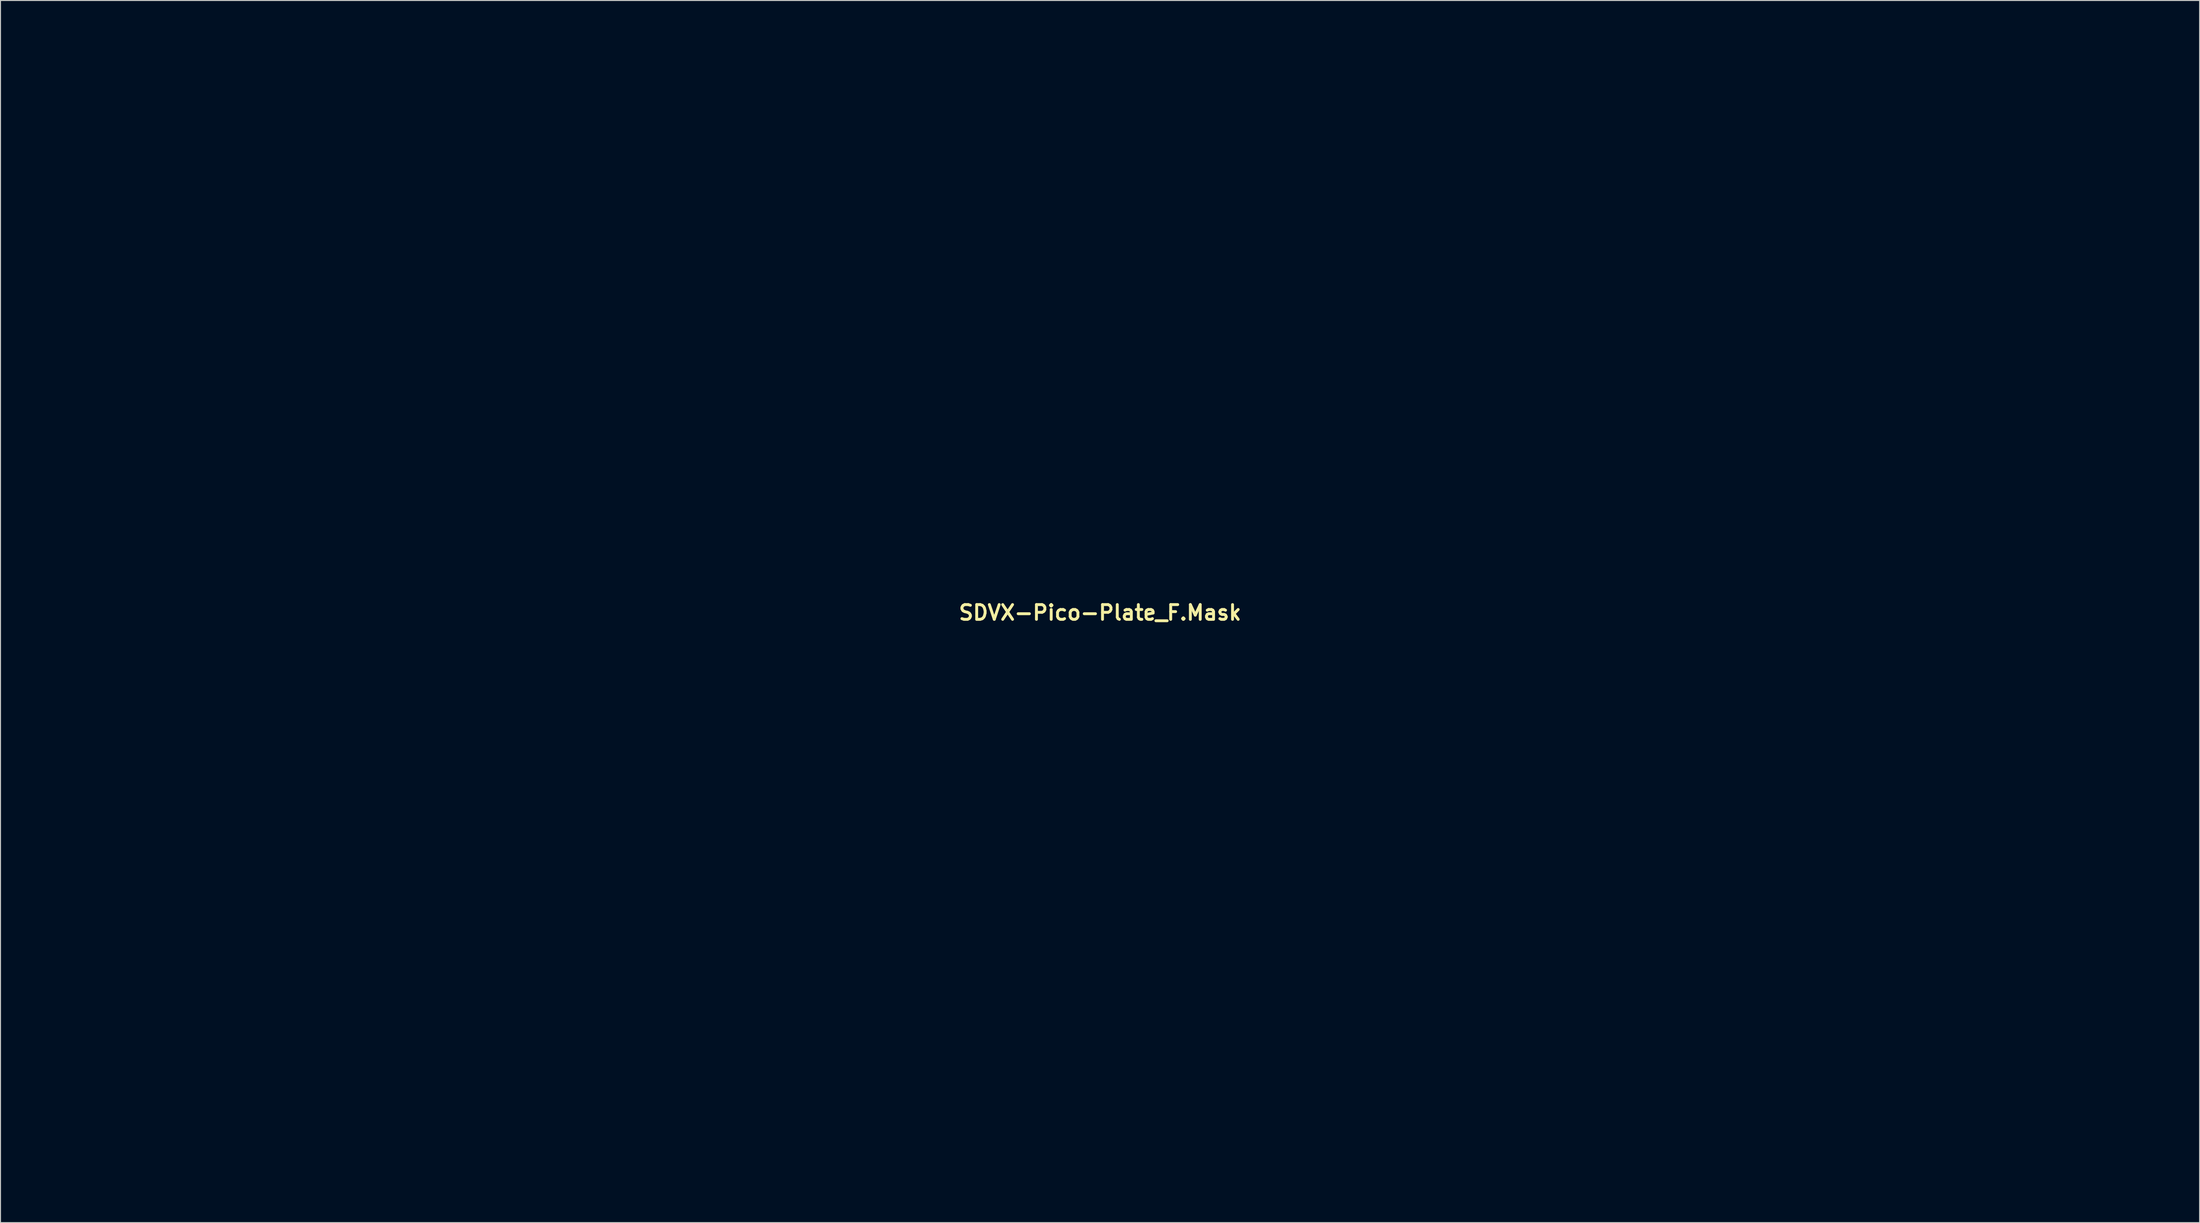
<source format=kicad_pcb>
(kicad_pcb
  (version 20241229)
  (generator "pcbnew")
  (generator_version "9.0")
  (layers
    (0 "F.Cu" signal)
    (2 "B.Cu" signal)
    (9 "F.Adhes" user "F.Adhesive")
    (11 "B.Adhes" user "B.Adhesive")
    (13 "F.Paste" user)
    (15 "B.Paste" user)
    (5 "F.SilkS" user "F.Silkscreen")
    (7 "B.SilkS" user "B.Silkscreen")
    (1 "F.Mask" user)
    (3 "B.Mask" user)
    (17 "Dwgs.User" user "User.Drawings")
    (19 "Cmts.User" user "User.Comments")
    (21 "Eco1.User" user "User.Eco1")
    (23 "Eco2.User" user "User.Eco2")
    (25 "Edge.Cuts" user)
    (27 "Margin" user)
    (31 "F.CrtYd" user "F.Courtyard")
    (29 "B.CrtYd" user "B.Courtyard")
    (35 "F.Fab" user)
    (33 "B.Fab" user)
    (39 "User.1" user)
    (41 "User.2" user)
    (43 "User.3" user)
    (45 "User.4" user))
  (footprint "SDVX-Pico-Plate_F.Mask"
    (layer "F.Cu")
    (at 110.531 60.233)
    (property "Reference" "SDVX-Pico-Plate_F.Mask" (at 0 0 0) (layer "F.SilkS") (effects (font (size 1.524 1.524) (thickness 0.3))))
    (attr board_only exclude_from_pos_files exclude_from_bom)
    (fp_poly (pts (xy -27.47 -43.88) (xy -29.519 -43.88) (xy -30.289 -44.653) (xy -28.24 -44.653)) (stroke (width 0) (type solid)) (fill yes) (layer "F.Mask"))
    (fp_poly (pts (xy -26.117 -42.527) (xy -28.166 -42.527) (xy -28.936 -43.3) (xy -26.887 -43.3)) (stroke (width 0) (type solid)) (fill yes) (layer "F.Mask"))
    (fp_poly (pts (xy -22.057 -38.467) (xy -24.106 -38.467) (xy -24.877 -39.24) (xy -22.828 -39.24)) (stroke (width 0) (type solid)) (fill yes) (layer "F.Mask"))
    (fp_poly (pts (xy -19.351 -35.761) (xy -21.4 -35.761) (xy -22.17 -36.534) (xy -20.121 -36.534)) (stroke (width 0) (type solid)) (fill yes) (layer "F.Mask"))
    (fp_poly (pts (xy 21.4 -35.761) (xy 19.351 -35.761) (xy 20.121 -36.534) (xy 22.17 -36.534)) (stroke (width 0) (type solid)) (fill yes) (layer "F.Mask"))
    (fp_poly (pts (xy 22.753 -37.114) (xy 20.704 -37.114) (xy 21.475 -37.887) (xy 23.524 -37.887)) (stroke (width 0) (type solid)) (fill yes) (layer "F.Mask"))
    (fp_poly (pts (xy -21.089 -37.501) (xy -20.704 -37.114) (xy -22.753 -37.114) (xy -23.524 -37.887) (xy -21.475 -37.887)) (stroke (width 0) (type solid)) (fill yes) (layer "F.Mask"))
    (fp_poly (pts (xy 24.491 -38.854) (xy 24.106 -38.467) (xy 22.057 -38.467) (xy 22.828 -39.24) (xy 24.877 -39.24)) (stroke (width 0) (type solid)) (fill yes) (layer "F.Mask"))
    (fp_poly (pts (xy 28.166 -42.527) (xy 26.117 -42.527) (xy 26.502 -42.913) (xy 26.887 -43.3) (xy 28.936 -43.3)) (stroke (width 0) (type solid)) (fill yes) (layer "F.Mask"))
    (fp_poly (pts (xy 29.904 -44.266) (xy 29.519 -43.88) (xy 27.47 -43.88) (xy 28.24 -44.653) (xy 30.289 -44.653)) (stroke (width 0) (type solid)) (fill yes) (layer "F.Mask"))
    (fp_poly (pts (xy -29.208 -45.619) (xy -28.823 -45.233) (xy -30.872 -45.233) (xy -31.257 -45.619) (xy -31.642 -46.006) (xy -29.593 -46.006)) (stroke (width 0) (type solid)) (fill yes) (layer "F.Mask"))
    (fp_poly (pts (xy -28.976 -12.951) (xy -28.088 -12.062) (xy -32.108 -12.062) (xy -32.997 -12.951) (xy -33.885 -13.84) (xy -29.865 -13.84)) (stroke (width 0) (type solid)) (fill yes) (layer "F.Mask"))
    (fp_poly (pts (xy -27.546 -12.951) (xy -26.657 -12.062) (xy -27.469 -12.062) (xy -28.358 -12.951) (xy -29.246 -13.84) (xy -28.434 -13.84)) (stroke (width 0) (type solid)) (fill yes) (layer "F.Mask"))
    (fp_poly (pts (xy -26.115 -12.951) (xy -25.227 -12.062) (xy -26.039 -12.062) (xy -26.927 -12.951) (xy -27.816 -13.84) (xy -27.004 -13.84)) (stroke (width 0) (type solid)) (fill yes) (layer "F.Mask"))
    (fp_poly (pts (xy -25.149 -41.56) (xy -24.764 -41.174) (xy -26.813 -41.174) (xy -27.198 -41.56) (xy -27.583 -41.947) (xy -25.534 -41.947)) (stroke (width 0) (type solid)) (fill yes) (layer "F.Mask"))
    (fp_poly (pts (xy -24.685 -12.951) (xy -23.796 -12.062) (xy -24.608 -12.062) (xy -25.497 -12.951) (xy -26.385 -13.84) (xy -25.573 -13.84)) (stroke (width 0) (type solid)) (fill yes) (layer "F.Mask"))
    (fp_poly (pts (xy -23.796 -40.207) (xy -23.41 -39.82) (xy -25.459 -39.82) (xy -25.845 -40.207) (xy -26.23 -40.594) (xy -24.181 -40.594)) (stroke (width 0) (type solid)) (fill yes) (layer "F.Mask"))
    (fp_poly (pts (xy -23.254 -12.951) (xy -22.366 -12.062) (xy -23.178 -12.062) (xy -24.066 -12.951) (xy -24.955 -13.84) (xy -24.143 -13.84)) (stroke (width 0) (type solid)) (fill yes) (layer "F.Mask"))
    (fp_poly (pts (xy -21.824 -12.951) (xy -20.935 -12.062) (xy -21.747 -12.062) (xy -22.636 -12.951) (xy -23.524 -13.84) (xy -22.712 -13.84)) (stroke (width 0) (type solid)) (fill yes) (layer "F.Mask"))
    (fp_poly (pts (xy -20.393 -12.951) (xy -19.505 -12.062) (xy -20.317 -12.062) (xy -21.205 -12.951) (xy -22.094 -13.84) (xy -21.282 -13.84)) (stroke (width 0) (type solid)) (fill yes) (layer "F.Mask"))
    (fp_poly (pts (xy -18.963 -12.951) (xy -18.074 -12.062) (xy -18.886 -12.062) (xy -19.775 -12.951) (xy -20.663 -13.84) (xy -19.852 -13.84)) (stroke (width 0) (type solid)) (fill yes) (layer "F.Mask"))
    (fp_poly (pts (xy -17.533 -12.951) (xy -16.644 -12.062) (xy -17.456 -12.062) (xy -18.344 -12.951) (xy -19.233 -13.84) (xy -18.421 -13.84)) (stroke (width 0) (type solid)) (fill yes) (layer "F.Mask"))
    (fp_poly (pts (xy -16.102 -12.951) (xy -15.214 -12.062) (xy -16.025 -12.062) (xy -16.914 -12.951) (xy -17.803 -13.84) (xy -16.991 -13.84)) (stroke (width 0) (type solid)) (fill yes) (layer "F.Mask"))
    (fp_poly (pts (xy -15.619 56.773) (xy -17.339 58.493) (xy -20.702 58.493) (xy -18.982 56.773) (xy -17.262 55.053) (xy -13.899 55.053)) (stroke (width 0) (type solid)) (fill yes) (layer "F.Mask"))
    (fp_poly (pts (xy -11.656 -12.951) (xy -10.768 -12.062) (xy -14.595 -12.062) (xy -15.484 -12.951) (xy -16.372 -13.84) (xy -12.545 -13.84)) (stroke (width 0) (type solid)) (fill yes) (layer "F.Mask"))
    (fp_poly (pts (xy -1.821 31.373) (xy -1.91 31.475) (xy -2 31.578) (xy -3 30.576) (xy -4.001 29.575) (xy -3.614 29.575)) (stroke (width 0) (type solid)) (fill yes) (layer "F.Mask"))
    (fp_poly (pts (xy -1.142 31.353) (xy -1.238 31.45) (xy -1.335 31.546) (xy -2.32 30.561) (xy -3.305 29.575) (xy -2.918 29.575)) (stroke (width 0) (type solid)) (fill yes) (layer "F.Mask"))
    (fp_poly (pts (xy 15.484 -12.951) (xy 14.595 -12.062) (xy 10.768 -12.062) (xy 11.656 -12.951) (xy 12.545 -13.84) (xy 16.372 -13.84)) (stroke (width 0) (type solid)) (fill yes) (layer "F.Mask"))
    (fp_poly (pts (xy 16.914 -12.951) (xy 16.025 -12.062) (xy 15.214 -12.062) (xy 16.102 -12.951) (xy 16.991 -13.84) (xy 17.803 -13.84)) (stroke (width 0) (type solid)) (fill yes) (layer "F.Mask"))
    (fp_poly (pts (xy 18.344 -12.951) (xy 17.456 -12.062) (xy 16.644 -12.062) (xy 17.533 -12.951) (xy 18.421 -13.84) (xy 19.233 -13.84)) (stroke (width 0) (type solid)) (fill yes) (layer "F.Mask"))
    (fp_poly (pts (xy 18.982 56.773) (xy 20.702 58.493) (xy 17.339 58.493) (xy 15.619 56.773) (xy 13.899 55.053) (xy 17.262 55.053)) (stroke (width 0) (type solid)) (fill yes) (layer "F.Mask"))
    (fp_poly (pts (xy 19.775 -12.951) (xy 18.886 -12.062) (xy 18.074 -12.062) (xy 18.963 -12.951) (xy 19.852 -13.84) (xy 20.663 -13.84)) (stroke (width 0) (type solid)) (fill yes) (layer "F.Mask"))
    (fp_poly (pts (xy 21.205 -12.951) (xy 20.317 -12.062) (xy 19.505 -12.062) (xy 20.393 -12.951) (xy 21.282 -13.84) (xy 22.094 -13.84)) (stroke (width 0) (type solid)) (fill yes) (layer "F.Mask"))
    (fp_poly (pts (xy 22.636 -12.951) (xy 21.747 -12.062) (xy 20.935 -12.062) (xy 21.824 -12.951) (xy 22.712 -13.84) (xy 23.524 -13.84)) (stroke (width 0) (type solid)) (fill yes) (layer "F.Mask"))
    (fp_poly (pts (xy 24.066 -12.951) (xy 23.178 -12.062) (xy 22.366 -12.062) (xy 23.254 -12.951) (xy 24.143 -13.84) (xy 24.955 -13.84)) (stroke (width 0) (type solid)) (fill yes) (layer "F.Mask"))
    (fp_poly (pts (xy 25.497 -12.951) (xy 24.608 -12.062) (xy 23.796 -12.062) (xy 24.685 -12.951) (xy 25.573 -13.84) (xy 26.385 -13.84)) (stroke (width 0) (type solid)) (fill yes) (layer "F.Mask"))
    (fp_poly (pts (xy 25.845 -40.207) (xy 25.459 -39.82) (xy 23.41 -39.82) (xy 23.796 -40.207) (xy 24.181 -40.594) (xy 26.23 -40.594)) (stroke (width 0) (type solid)) (fill yes) (layer "F.Mask"))
    (fp_poly (pts (xy 26.927 -12.951) (xy 26.039 -12.062) (xy 25.227 -12.062) (xy 26.115 -12.951) (xy 27.004 -13.84) (xy 27.816 -13.84)) (stroke (width 0) (type solid)) (fill yes) (layer "F.Mask"))
    (fp_poly (pts (xy 27.198 -41.56) (xy 26.813 -41.174) (xy 24.764 -41.174) (xy 25.149 -41.56) (xy 25.534 -41.947) (xy 27.583 -41.947)) (stroke (width 0) (type solid)) (fill yes) (layer "F.Mask"))
    (fp_poly (pts (xy 28.358 -12.951) (xy 27.469 -12.062) (xy 26.657 -12.062) (xy 27.546 -12.951) (xy 28.434 -13.84) (xy 29.246 -13.84)) (stroke (width 0) (type solid)) (fill yes) (layer "F.Mask"))
    (fp_poly (pts (xy 31.257 -45.619) (xy 30.872 -45.233) (xy 28.823 -45.233) (xy 29.208 -45.619) (xy 29.593 -46.006) (xy 31.642 -46.006)) (stroke (width 0) (type solid)) (fill yes) (layer "F.Mask"))
    (fp_poly (pts (xy 32.997 -12.951) (xy 32.108 -12.062) (xy 28.088 -12.062) (xy 28.976 -12.951) (xy 29.865 -13.84) (xy 33.885 -13.84)) (stroke (width 0) (type solid)) (fill yes) (layer "F.Mask"))
    (fp_poly (pts (xy -87.297 -32.175) (xy -87.296 -32.166) (xy -87.325 -32.128) (xy -87.334 -32.127) (xy -87.372 -32.156) (xy -87.373 -32.166) (xy -87.343 -32.203) (xy -87.334 -32.204)) (stroke (width 0) (type solid)) (fill yes) (layer "F.Mask"))
    (fp_poly (pts (xy -49.989 5.21) (xy -49.988 5.219) (xy -50.018 5.257) (xy -50.027 5.258) (xy -50.064 5.228) (xy -50.065 5.219) (xy -50.036 5.182) (xy -50.027 5.181)) (stroke (width 0) (type solid)) (fill yes) (layer "F.Mask"))
    (fp_poly (pts (xy -33.327 43.368) (xy -33.325 43.377) (xy -33.355 43.415) (xy -33.364 43.416) (xy -33.402 43.386) (xy -33.403 43.377) (xy -33.373 43.34) (xy -33.364 43.339)) (stroke (width 0) (type solid)) (fill yes) (layer "F.Mask"))
    (fp_poly (pts (xy -16.664 5.21) (xy -16.663 5.219) (xy -16.692 5.257) (xy -16.701 5.258) (xy -16.739 5.228) (xy -16.74 5.219) (xy -16.711 5.182) (xy -16.701 5.181)) (stroke (width 0) (type solid)) (fill yes) (layer "F.Mask"))
    (fp_poly (pts (xy -14.439 -53.932) (xy -15.755 -53.932) (xy -16.508 -53.178) (xy -17.261 -52.424) (xy -18.151 -52.424) (xy -16.798 -53.777) (xy -15.445 -55.13) (xy -13.242 -55.13)) (stroke (width 0) (type solid)) (fill yes) (layer "F.Mask"))
    (fp_poly (pts (xy 0.038 -45.513) (xy 0.039 -45.504) (xy 0.009 -45.466) (xy 0 -45.465) (xy -0.038 -45.494) (xy -0.039 -45.504) (xy -0.009 -45.541) (xy 0 -45.542)) (stroke (width 0) (type solid)) (fill yes) (layer "F.Mask"))
    (fp_poly (pts (xy 16.739 5.21) (xy 16.74 5.219) (xy 16.711 5.257) (xy 16.701 5.258) (xy 16.664 5.228) (xy 16.663 5.219) (xy 16.692 5.182) (xy 16.701 5.181)) (stroke (width 0) (type solid)) (fill yes) (layer "F.Mask"))
    (fp_poly (pts (xy 33.402 43.368) (xy 33.403 43.377) (xy 33.373 43.415) (xy 33.364 43.416) (xy 33.327 43.386) (xy 33.325 43.377) (xy 33.355 43.34) (xy 33.364 43.339)) (stroke (width 0) (type solid)) (fill yes) (layer "F.Mask"))
    (fp_poly (pts (xy 50.064 5.21) (xy 50.065 5.219) (xy 50.036 5.257) (xy 50.027 5.258) (xy 49.989 5.228) (xy 49.988 5.219) (xy 50.018 5.182) (xy 50.027 5.181)) (stroke (width 0) (type solid)) (fill yes) (layer "F.Mask"))
    (fp_poly (pts (xy 87.372 -32.175) (xy 87.373 -32.166) (xy 87.343 -32.128) (xy 87.334 -32.127) (xy 87.297 -32.156) (xy 87.296 -32.166) (xy 87.325 -32.203) (xy 87.334 -32.204)) (stroke (width 0) (type solid)) (fill yes) (layer "F.Mask"))
    (fp_poly (pts (xy 16.798 -53.777) (xy 18.151 -52.424) (xy 17.261 -52.424) (xy 16.508 -53.178) (xy 15.755 -53.932) (xy 14.439 -53.932) (xy 13.84 -54.531) (xy 13.242 -55.13) (xy 15.445 -55.13)) (stroke (width 0) (type solid)) (fill yes) (layer "F.Mask"))
    (fp_poly (pts (xy 5.89 25.162) (xy 7.152 26.425) (xy 4.572 29.002) (xy 1.991 31.579) (xy 1.907 31.473) (xy 1.822 31.367) (xy 4.294 28.896) (xy 6.765 26.425) (xy 5.585 25.244) (xy 4.405 24.063) (xy 4.627 23.899)) (stroke (width 0) (type solid)) (fill yes) (layer "F.Mask"))
    (fp_poly (pts (xy 6.456 26.425) (xy 3.895 28.984) (xy 1.334 31.543) (xy 1.232 31.454) (xy 1.129 31.365) (xy 3.599 28.895) (xy 6.07 26.425) (xy 5.025 25.38) (xy 3.981 24.335) (xy 4.102 24.263) (xy 4.223 24.192)) (stroke (width 0) (type solid)) (fill yes) (layer "F.Mask"))
    (fp_poly (pts (xy 1.605 21.573) (xy 3.21 23.177) (xy 3.028 23.189) (xy 2.847 23.201) (xy 1.423 21.778) (xy -0.000103 20.355) (xy -6.07 26.424) (xy -5.076 27.418) (xy -4.817 27.677) (xy -4.608 27.887) (xy -4.444 28.054) (xy -4.32 28.183) (xy -4.232 28.281) (xy -4.174 28.351) (xy -4.141 28.401) (xy -4.129 28.436) (xy -4.133 28.462) (xy -4.148 28.484) (xy -4.154 28.491) (xy -4.222 28.55) (xy -4.269 28.57) (xy -4.304 28.544) (xy -4.389 28.468) (xy -4.515 28.349) (xy -4.677 28.193) (xy -4.87 28.006) (xy -5.086 27.793) (xy -5.32 27.561) (xy -5.384 27.497) (xy -6.456 26.424) (xy -3.228 23.196) (xy -0.000088 19.968)) (stroke (width 0) (type solid)) (fill yes) (layer "F.Mask"))
    (fp_poly (pts (xy 5.771 41.822) (xy 6.224 42.277) (xy 6.224 43.048) (xy 5.634 42.459) (xy 5.044 41.869) (xy 4.079 41.869) (xy 5.152 42.942) (xy 6.224 44.016) (xy 6.224 46.45) (xy 8.872 49.099) (xy 9.742 49.099) (xy 9.742 50.897) (xy 5.905 47.06) (xy 2.068 43.223) (xy 1.448 43.223) (xy 1.025 43.648) (xy 0.601 44.073) (xy -0.601 44.073) (xy -1.025 43.648) (xy -1.448 43.223) (xy -2.068 43.223) (xy -5.905 47.06) (xy -9.742 50.897) (xy -9.742 49.099) (xy -8.872 49.099) (xy -7.548 47.775) (xy -6.224 46.45) (xy -6.224 44.016) (xy -5.152 42.942) (xy -4.891 42.681) (xy -1.526 42.681) (xy -1.352 42.681) (xy -1.285 42.683) (xy -1.228 42.694) (xy -1.169 42.722) (xy -1.098 42.775) (xy -1.003 42.86) (xy -0.874 42.987) (xy -0.735 43.126) (xy -0.291 43.57) (xy 0.291 43.57) (xy 0.735 43.126) (xy 0.9 42.961) (xy 1.022 42.842) (xy 1.112 42.763) (xy 1.18 42.715) (xy 1.238 42.691) (xy 1.296 42.682) (xy 1.352 42.681) (xy 1.526 42.681) (xy 1.121 42.275) (xy 0.717 41.869) (xy -0.717 41.869) (xy -1.121 42.275) (xy -1.526 42.681) (xy -4.891 42.681) (xy -4.079 41.869) (xy -5.044 41.869) (xy -5.634 42.459) (xy -6.224 43.048) (xy -6.224 42.274) (xy -5.77 41.82) (xy -5.315 41.367) (xy 5.317 41.367)) (stroke (width 0) (type solid)) (fill yes) (layer "F.Mask"))
    (fp_poly (pts (xy -110.46 36.703) (xy -110.353 36.743) (xy -110.181 36.808) (xy -109.947 36.897) (xy -109.656 37.008) (xy -109.309 37.14) (xy -108.912 37.292) (xy -108.468 37.462) (xy -107.979 37.649) (xy -107.45 37.852) (xy -106.884 38.069) (xy -106.285 38.299) (xy -105.656 38.54) (xy -105.001 38.792) (xy -104.322 39.052) (xy -103.625 39.32) (xy -102.912 39.594) (xy -102.187 39.872) (xy -101.453 40.154) (xy -100.713 40.438) (xy -99.973 40.723) (xy -99.234 41.007) (xy -98.5 41.289) (xy -97.776 41.568) (xy -97.064 41.841) (xy -96.368 42.109) (xy -95.692 42.369) (xy -95.038 42.621) (xy -94.411 42.862) (xy -93.815 43.092) (xy -93.252 43.309) (xy -92.726 43.512) (xy -92.241 43.699) (xy -91.8 43.869) (xy -91.406 44.021) (xy -91.064 44.153) (xy -90.777 44.265) (xy -90.548 44.354) (xy -90.381 44.419) (xy -90.28 44.459) (xy -90.247 44.472) (xy -90.225 44.515) (xy -90.18 44.614) (xy -90.119 44.754) (xy -90.049 44.92) (xy -89.975 45.098) (xy -89.904 45.271) (xy -89.843 45.425) (xy -89.797 45.544) (xy -89.772 45.613) (xy -89.77 45.623) (xy -89.788 45.654) (xy -89.848 45.64) (xy -89.925 45.603) (xy -89.968 45.585) (xy -90.082 45.541) (xy -90.262 45.472) (xy -90.505 45.379) (xy -90.809 45.263) (xy -91.17 45.125) (xy -91.587 44.967) (xy -92.055 44.789) (xy -92.572 44.593) (xy -93.135 44.38) (xy -93.741 44.15) (xy -94.386 43.906) (xy -95.069 43.647) (xy -95.787 43.376) (xy -96.535 43.093) (xy -97.312 42.799) (xy -98.114 42.496) (xy -98.938 42.185) (xy -99.782 41.866) (xy -100.112 41.742) (xy -100.963 41.421) (xy -101.797 41.106) (xy -102.609 40.799) (xy -103.398 40.501) (xy -104.16 40.214) (xy -104.893 39.937) (xy -105.592 39.673) (xy -106.256 39.422) (xy -106.881 39.186) (xy -107.465 38.965) (xy -108.004 38.762) (xy -108.496 38.576) (xy -108.937 38.409) (xy -109.324 38.263) (xy -109.655 38.137) (xy -109.927 38.034) (xy -110.136 37.955) (xy -110.28 37.9) (xy -110.356 37.872) (xy -110.366 37.868) (xy -110.531 37.802) (xy -110.531 37.245) (xy -110.528 37.048) (xy -110.523 36.881) (xy -110.514 36.759) (xy -110.503 36.695) (xy -110.498 36.689)) (stroke (width 0) (type solid)) (fill yes) (layer "F.Mask"))
    (fp_poly (pts (xy 110.51 36.725) (xy 110.519 36.825) (xy 110.527 36.975) (xy 110.53 37.162) (xy 110.531 37.245) (xy 110.531 37.802) (xy 110.366 37.868) (xy 110.317 37.887) (xy 110.198 37.932) (xy 110.012 38.002) (xy 109.763 38.096) (xy 109.454 38.214) (xy 109.087 38.352) (xy 108.665 38.512) (xy 108.192 38.691) (xy 107.67 38.888) (xy 107.103 39.102) (xy 106.493 39.333) (xy 105.843 39.578) (xy 105.156 39.837) (xy 104.436 40.11) (xy 103.684 40.393) (xy 102.905 40.688) (xy 102.101 40.991) (xy 101.275 41.303) (xy 100.43 41.622) (xy 100.112 41.742) (xy 99.261 42.063) (xy 98.428 42.378) (xy 97.617 42.684) (xy 96.83 42.982) (xy 96.07 43.269) (xy 95.34 43.545) (xy 94.643 43.808) (xy 93.982 44.059) (xy 93.36 44.294) (xy 92.78 44.514) (xy 92.245 44.717) (xy 91.757 44.902) (xy 91.32 45.068) (xy 90.936 45.214) (xy 90.609 45.338) (xy 90.342 45.44) (xy 90.137 45.519) (xy 89.997 45.573) (xy 89.925 45.601) (xy 89.917 45.605) (xy 89.824 45.648) (xy 89.781 45.653) (xy 89.77 45.623) (xy 89.784 45.577) (xy 89.823 45.476) (xy 89.879 45.334) (xy 89.947 45.167) (xy 90.02 44.989) (xy 90.093 44.816) (xy 90.158 44.664) (xy 90.21 44.547) (xy 90.241 44.481) (xy 90.247 44.472) (xy 90.284 44.457) (xy 90.39 44.415) (xy 90.561 44.348) (xy 90.794 44.258) (xy 91.085 44.145) (xy 91.43 44.012) (xy 91.827 43.859) (xy 92.271 43.687) (xy 92.759 43.499) (xy 93.287 43.296) (xy 93.852 43.078) (xy 94.451 42.847) (xy 95.08 42.605) (xy 95.735 42.353) (xy 96.412 42.092) (xy 97.11 41.824) (xy 97.822 41.55) (xy 98.548 41.271) (xy 99.281 40.989) (xy 100.021 40.705) (xy 100.761 40.42) (xy 101.5 40.136) (xy 102.234 39.854) (xy 102.958 39.576) (xy 103.671 39.302) (xy 104.367 39.035) (xy 105.044 38.775) (xy 105.697 38.524) (xy 106.325 38.284) (xy 106.922 38.055) (xy 107.485 37.839) (xy 108.012 37.637) (xy 108.498 37.451) (xy 108.939 37.282) (xy 109.333 37.131) (xy 109.676 37) (xy 109.964 36.89) (xy 110.194 36.803) (xy 110.362 36.739) (xy 110.465 36.701) (xy 110.498 36.689)) (stroke (width 0) (type solid)) (fill yes) (layer "F.Mask"))
    (fp_poly (pts (xy -110.424 38.549) (xy -110.316 38.591) (xy -110.163 38.65) (xy -109.964 38.726) (xy -109.718 38.82) (xy -109.422 38.933) (xy -109.075 39.065) (xy -108.676 39.216) (xy -108.223 39.388) (xy -107.715 39.581) (xy -107.151 39.795) (xy -106.528 40.032) (xy -105.846 40.29) (xy -105.102 40.572) (xy -104.296 40.878) (xy -103.426 41.208) (xy -102.49 41.562) (xy -101.487 41.943) (xy -100.415 42.349) (xy -99.273 42.781) (xy -98.7 42.998) (xy -97.885 43.307) (xy -97.089 43.608) (xy -96.316 43.902) (xy -95.567 44.186) (xy -94.846 44.459) (xy -94.156 44.72) (xy -93.5 44.969) (xy -92.882 45.203) (xy -92.304 45.423) (xy -91.769 45.626) (xy -91.28 45.811) (xy -90.84 45.978) (xy -90.453 46.125) (xy -90.12 46.251) (xy -89.847 46.355) (xy -89.634 46.436) (xy -89.486 46.493) (xy -89.405 46.524) (xy -89.391 46.53) (xy -89.374 46.566) (xy -89.332 46.666) (xy -89.266 46.821) (xy -89.18 47.025) (xy -89.078 47.27) (xy -88.962 47.547) (xy -88.835 47.85) (xy -88.702 48.169) (xy -88.565 48.499) (xy -88.427 48.83) (xy -88.291 49.156) (xy -88.162 49.468) (xy -88.041 49.759) (xy -87.933 50.021) (xy -87.84 50.246) (xy -87.765 50.427) (xy -87.713 50.556) (xy -87.686 50.625) (xy -87.682 50.634) (xy -87.71 50.642) (xy -87.711 50.641) (xy -87.749 50.628) (xy -87.857 50.589) (xy -88.032 50.524) (xy -88.271 50.437) (xy -88.571 50.326) (xy -88.929 50.194) (xy -89.343 50.042) (xy -89.81 49.87) (xy -90.327 49.679) (xy -90.891 49.471) (xy -91.499 49.246) (xy -92.149 49.007) (xy -92.837 48.752) (xy -93.561 48.485) (xy -94.318 48.205) (xy -95.105 47.915) (xy -95.92 47.614) (xy -96.759 47.304) (xy -97.62 46.985) (xy -98.5 46.66) (xy -98.546 46.643) (xy -99.434 46.315) (xy -100.306 45.993) (xy -101.16 45.677) (xy -101.993 45.369) (xy -102.801 45.07) (xy -103.582 44.781) (xy -104.332 44.503) (xy -105.049 44.238) (xy -105.73 43.986) (xy -106.371 43.749) (xy -106.969 43.528) (xy -107.522 43.323) (xy -108.027 43.136) (xy -108.479 42.968) (xy -108.878 42.821) (xy -109.218 42.694) (xy -109.498 42.59) (xy -109.715 42.51) (xy -109.864 42.454) (xy -109.941 42.425) (xy -110.531 42.201) (xy -110.531 38.508)) (stroke (width 0) (type solid)) (fill yes) (layer "F.Mask"))
    (fp_poly (pts (xy 110.531 42.199) (xy 110.115 42.359) (xy 110.045 42.386) (xy 109.906 42.438) (xy 109.699 42.515) (xy 109.43 42.615) (xy 109.099 42.737) (xy 108.71 42.881) (xy 108.267 43.046) (xy 107.772 43.229) (xy 107.227 43.43) (xy 106.637 43.649) (xy 106.003 43.883) (xy 105.329 44.132) (xy 104.618 44.395) (xy 103.873 44.671) (xy 103.096 44.958) (xy 102.291 45.256) (xy 101.46 45.563) (xy 100.607 45.878) (xy 99.734 46.2) (xy 98.844 46.529) (xy 98.758 46.56) (xy 97.872 46.888) (xy 97.003 47.209) (xy 96.156 47.521) (xy 95.333 47.825) (xy 94.538 48.119) (xy 93.771 48.402) (xy 93.038 48.673) (xy 92.34 48.931) (xy 91.68 49.175) (xy 91.061 49.403) (xy 90.486 49.616) (xy 89.958 49.811) (xy 89.479 49.988) (xy 89.053 50.145) (xy 88.682 50.282) (xy 88.369 50.398) (xy 88.116 50.492) (xy 87.927 50.561) (xy 87.805 50.607) (xy 87.752 50.626) (xy 87.75 50.627) (xy 87.694 50.642) (xy 87.682 50.638) (xy 87.697 50.6) (xy 87.737 50.499) (xy 87.802 50.341) (xy 87.886 50.136) (xy 87.988 49.89) (xy 88.103 49.612) (xy 88.228 49.308) (xy 88.361 48.988) (xy 88.498 48.658) (xy 88.636 48.326) (xy 88.772 48.001) (xy 88.902 47.689) (xy 89.023 47.398) (xy 89.133 47.137) (xy 89.227 46.913) (xy 89.303 46.733) (xy 89.357 46.606) (xy 89.386 46.538) (xy 89.391 46.53) (xy 89.427 46.515) (xy 89.533 46.475) (xy 89.706 46.409) (xy 89.941 46.32) (xy 90.237 46.207) (xy 90.59 46.073) (xy 90.997 45.919) (xy 91.455 45.745) (xy 91.961 45.553) (xy 92.513 45.343) (xy 93.106 45.118) (xy 93.739 44.878) (xy 94.407 44.625) (xy 95.109 44.359) (xy 95.841 44.082) (xy 96.599 43.794) (xy 97.382 43.498) (xy 98.185 43.193) (xy 98.7 42.998) (xy 99.876 42.553) (xy 100.982 42.134) (xy 102.017 41.741) (xy 102.985 41.375) (xy 103.887 41.033) (xy 104.724 40.716) (xy 105.497 40.423) (xy 106.209 40.153) (xy 106.86 39.906) (xy 107.452 39.681) (xy 107.987 39.478) (xy 108.466 39.296) (xy 108.89 39.135) (xy 109.262 38.993) (xy 109.582 38.872) (xy 109.852 38.769) (xy 110.074 38.684) (xy 110.249 38.617) (xy 110.378 38.567) (xy 110.424 38.549) (xy 110.531 38.508)) (stroke (width 0) (type solid)) (fill yes) (layer "F.Mask"))
    (fp_poly (pts (xy 110.531 20.126) (xy 109.806 20.475) (xy 109.716 20.518) (xy 109.559 20.594) (xy 109.338 20.701) (xy 109.055 20.838) (xy 108.714 21.004) (xy 108.317 21.197) (xy 107.867 21.416) (xy 107.366 21.659) (xy 106.817 21.926) (xy 106.223 22.214) (xy 105.587 22.523) (xy 104.911 22.852) (xy 104.198 23.199) (xy 103.45 23.562) (xy 102.671 23.94) (xy 101.864 24.333) (xy 101.03 24.738) (xy 100.172 25.155) (xy 99.294 25.582) (xy 98.398 26.018) (xy 97.487 26.461) (xy 97.082 26.658) (xy 95.978 27.195) (xy 94.942 27.699) (xy 93.971 28.171) (xy 93.063 28.613) (xy 92.217 29.025) (xy 91.431 29.408) (xy 90.702 29.764) (xy 90.028 30.093) (xy 89.408 30.396) (xy 88.839 30.674) (xy 88.319 30.929) (xy 87.846 31.16) (xy 87.419 31.371) (xy 87.034 31.56) (xy 86.691 31.73) (xy 86.387 31.881) (xy 86.121 32.014) (xy 85.889 32.131) (xy 85.69 32.231) (xy 85.522 32.318) (xy 85.384 32.39) (xy 85.272 32.45) (xy 85.185 32.498) (xy 85.121 32.535) (xy 85.077 32.562) (xy 85.053 32.581) (xy 85.046 32.59) (xy 85.033 32.64) (xy 85.004 32.761) (xy 84.962 32.947) (xy 84.906 33.194) (xy 84.838 33.497) (xy 84.759 33.852) (xy 84.67 34.252) (xy 84.572 34.693) (xy 84.466 35.171) (xy 84.354 35.68) (xy 84.236 36.216) (xy 84.114 36.773) (xy 84.075 36.949) (xy 83.142 41.21) (xy 82.484 41.506) (xy 82.238 41.617) (xy 81.982 41.734) (xy 81.739 41.846) (xy 81.529 41.943) (xy 81.419 41.995) (xy 81.243 42.077) (xy 81.08 42.153) (xy 80.95 42.213) (xy 80.882 42.243) (xy 80.797 42.278) (xy 80.766 42.276) (xy 80.77 42.232) (xy 80.776 42.21) (xy 80.789 42.155) (xy 80.818 42.029) (xy 80.861 41.837) (xy 80.918 41.584) (xy 80.987 41.275) (xy 81.067 40.914) (xy 81.158 40.506) (xy 81.258 40.056) (xy 81.366 39.569) (xy 81.481 39.049) (xy 81.602 38.502) (xy 81.728 37.932) (xy 81.859 37.343) (xy 81.992 36.742) (xy 82.126 36.131) (xy 82.262 35.517) (xy 82.397 34.904) (xy 82.532 34.297) (xy 82.663 33.7) (xy 82.791 33.118) (xy 82.915 32.556) (xy 83.033 32.019) (xy 83.145 31.512) (xy 83.249 31.039) (xy 83.344 30.606) (xy 83.43 30.216) (xy 83.504 29.875) (xy 83.567 29.587) (xy 83.617 29.358) (xy 83.653 29.192) (xy 83.674 29.093) (xy 83.679 29.068) (xy 83.702 28.928) (xy 96.234 21.703) (xy 97.156 21.172) (xy 98.065 20.648) (xy 98.958 20.133) (xy 99.834 19.628) (xy 100.689 19.135) (xy 101.521 18.656) (xy 102.327 18.191) (xy 103.105 17.742) (xy 103.853 17.311) (xy 104.567 16.899) (xy 105.246 16.508) (xy 105.886 16.139) (xy 106.486 15.793) (xy 107.042 15.472) (xy 107.553 15.178) (xy 108.014 14.912) (xy 108.425 14.675) (xy 108.783 14.469) (xy 109.084 14.295) (xy 109.327 14.155) (xy 109.508 14.05) (xy 109.626 13.982) (xy 109.649 13.969) (xy 110.531 13.46)) (stroke (width 0) (type solid)) (fill yes) (layer "F.Mask"))
    (fp_poly (pts (xy -109.649 13.969) (xy -109.55 14.026) (xy -109.387 14.12) (xy -109.163 14.249) (xy -108.879 14.413) (xy -108.538 14.61) (xy -108.143 14.838) (xy -107.696 15.095) (xy -107.2 15.381) (xy -106.657 15.694) (xy -106.07 16.033) (xy -105.441 16.395) (xy -104.774 16.78) (xy -104.07 17.186) (xy -103.332 17.611) (xy -102.563 18.055) (xy -101.764 18.515) (xy -100.94 18.991) (xy -100.091 19.48) (xy -99.222 19.981) (xy -98.333 20.493) (xy -97.429 21.015) (xy -96.511 21.544) (xy -96.234 21.703) (xy -83.702 28.928) (xy -83.678 29.068) (xy -83.668 29.121) (xy -83.641 29.243) (xy -83.601 29.432) (xy -83.546 29.682) (xy -83.479 29.987) (xy -83.401 30.344) (xy -83.313 30.748) (xy -83.215 31.193) (xy -83.109 31.674) (xy -82.996 32.188) (xy -82.877 32.729) (xy -82.753 33.291) (xy -82.626 33.871) (xy -82.495 34.464) (xy -82.363 35.064) (xy -82.23 35.667) (xy -82.097 36.268) (xy -81.966 36.862) (xy -81.838 37.444) (xy -81.713 38.009) (xy -81.593 38.554) (xy -81.478 39.071) (xy -81.37 39.558) (xy -81.271 40.009) (xy -81.18 40.418) (xy -81.099 40.782) (xy -81.029 41.096) (xy -80.971 41.354) (xy -80.927 41.552) (xy -80.897 41.685) (xy -80.895 41.693) (xy -80.85 41.892) (xy -80.813 42.064) (xy -80.787 42.193) (xy -80.774 42.268) (xy -80.774 42.281) (xy -80.811 42.269) (xy -80.905 42.23) (xy -81.044 42.168) (xy -81.216 42.089) (xy -81.305 42.047) (xy -81.524 41.945) (xy -81.788 41.823) (xy -82.07 41.694) (xy -82.344 41.569) (xy -82.484 41.506) (xy -83.142 41.21) (xy -84.075 36.949) (xy -84.199 36.386) (xy -84.318 35.843) (xy -84.432 35.326) (xy -84.54 34.838) (xy -84.64 34.384) (xy -84.732 33.971) (xy -84.814 33.602) (xy -84.886 33.283) (xy -84.946 33.018) (xy -84.993 32.812) (xy -85.026 32.67) (xy -85.044 32.598) (xy -85.046 32.59) (xy -85.057 32.577) (xy -85.086 32.556) (xy -85.134 32.527) (xy -85.204 32.487) (xy -85.297 32.436) (xy -85.415 32.373) (xy -85.56 32.298) (xy -85.736 32.208) (xy -85.942 32.104) (xy -86.182 31.983) (xy -86.458 31.846) (xy -86.771 31.69) (xy -87.124 31.516) (xy -87.519 31.321) (xy -87.957 31.106) (xy -88.441 30.869) (xy -88.973 30.608) (xy -89.554 30.324) (xy -90.187 30.015) (xy -90.874 29.68) (xy -91.617 29.318) (xy -92.418 28.927) (xy -93.279 28.508) (xy -94.201 28.059) (xy -95.188 27.579) (xy -96.241 27.067) (xy -97.082 26.658) (xy -97.999 26.212) (xy -98.902 25.773) (xy -99.789 25.342) (xy -100.656 24.92) (xy -101.5 24.51) (xy -102.32 24.111) (xy -103.112 23.726) (xy -103.873 23.356) (xy -104.602 23.002) (xy -105.294 22.666) (xy -105.948 22.348) (xy -106.561 22.05) (xy -107.13 21.773) (xy -107.652 21.52) (xy -108.125 21.29) (xy -108.546 21.086) (xy -108.912 20.908) (xy -109.221 20.758) (xy -109.469 20.638) (xy -109.655 20.548) (xy -109.774 20.49) (xy -109.806 20.475) (xy -110.531 20.126) (xy -110.531 13.46)) (stroke (width 0) (type solid)) (fill yes) (layer "F.Mask"))
    (fp_poly (pts (xy 0.706 19.978) (xy 1.412 20.683) (xy 3.577 20.683) (xy 4.581 21.689) (xy 5.586 22.694) (xy 6.438 22.694) (xy 6.94 23.196) (xy 7.441 23.699) (xy 8.176 23.699) (xy 7.674 23.196) (xy 7.173 22.694) (xy 7.985 22.694) (xy 8.486 23.196) (xy 8.987 23.699) (xy 9.722 23.699) (xy 9.221 23.196) (xy 8.719 22.694) (xy 9.531 22.694) (xy 10.032 23.196) (xy 10.534 23.699) (xy 11.268 23.699) (xy 10.767 23.196) (xy 10.265 22.694) (xy 11.077 22.694) (xy 11.579 23.196) (xy 12.08 23.699) (xy 12.815 23.699) (xy 12.313 23.196) (xy 11.812 22.694) (xy 12.624 22.694) (xy 13.125 23.196) (xy 13.627 23.699) (xy 15.524 23.699) (xy 19.602 28.035) (xy 20.067 28.53) (xy 20.52 29.012) (xy 20.958 29.478) (xy 21.379 29.925) (xy 21.778 30.35) (xy 22.153 30.749) (xy 22.501 31.119) (xy 22.818 31.457) (xy 23.102 31.759) (xy 23.35 32.023) (xy 23.558 32.244) (xy 23.723 32.42) (xy 23.843 32.548) (xy 23.913 32.623) (xy 23.925 32.636) (xy 24.17 32.9) (xy 23.751 32.897) (xy 23.332 32.894) (xy 19.292 28.588) (xy 15.252 24.282) (xy 10.747 24.281) (xy 6.243 24.279) (xy 4.755 22.79) (xy 3.267 21.302) (xy 2.03 21.302) (xy 2.977 22.249) (xy 3.923 23.196) (xy 3.538 23.196) (xy -0.000075 19.659) (xy -3.383 23.042) (xy -6.765 26.424) (xy -5.617 27.573) (xy -5.373 27.818) (xy -5.147 28.046) (xy -4.946 28.251) (xy -4.774 28.427) (xy -4.637 28.569) (xy -4.542 28.671) (xy -4.492 28.727) (xy -4.486 28.736) (xy -4.528 28.766) (xy -4.6 28.815) (xy -4.696 28.88) (xy -5.924 27.652) (xy -7.152 26.425) (xy -4.591 23.863) (xy -2.03 21.302) (xy -3.267 21.302) (xy -6.243 24.279) (xy -10.747 24.281) (xy -15.252 24.282) (xy -19.292 28.588) (xy -23.332 32.894) (xy -23.751 32.897) (xy -24.17 32.9) (xy -23.925 32.636) (xy -23.871 32.578) (xy -23.767 32.466) (xy -23.616 32.306) (xy -23.421 32.098) (xy -23.186 31.848) (xy -22.913 31.557) (xy -22.606 31.231) (xy -22.267 30.87) (xy -21.901 30.48) (xy -21.509 30.063) (xy -21.095 29.623) (xy -20.662 29.162) (xy -20.213 28.685) (xy -19.751 28.194) (xy -19.602 28.035) (xy -15.524 23.699) (xy -13.627 23.699) (xy -13.125 23.196) (xy -12.624 22.694) (xy -11.812 22.694) (xy -12.313 23.196) (xy -12.815 23.699) (xy -12.08 23.699) (xy -11.579 23.196) (xy -11.077 22.694) (xy -10.265 22.694) (xy -10.767 23.196) (xy -11.268 23.699) (xy -10.534 23.699) (xy -10.032 23.196) (xy -9.531 22.694) (xy -8.719 22.694) (xy -9.221 23.196) (xy -9.722 23.699) (xy -8.987 23.699) (xy -8.486 23.196) (xy -7.985 22.694) (xy -7.173 22.694) (xy -7.674 23.196) (xy -8.176 23.699) (xy -7.441 23.699) (xy -6.94 23.196) (xy -6.438 22.694) (xy -5.586 22.694) (xy -4.581 21.689) (xy -3.577 20.683) (xy -1.412 20.683) (xy 0 19.273)) (stroke (width 0) (type solid)) (fill yes) (layer "F.Mask"))
    (fp_poly (pts (xy 17.243 -56.58) (xy 20.896 -52.926) (xy 31.412 -52.926) (xy 32.262 -53.777) (xy 33.112 -54.627) (xy 33.963 -54.627) (xy 33.113 -53.777) (xy 32.263 -52.926) (xy 32.843 -52.926) (xy 33.693 -53.777) (xy 34.543 -54.627) (xy 35.393 -54.627) (xy 34.543 -53.777) (xy 33.693 -52.926) (xy 34.273 -52.926) (xy 35.123 -53.777) (xy 35.973 -54.627) (xy 36.824 -54.627) (xy 35.974 -53.777) (xy 35.124 -52.926) (xy 35.704 -52.926) (xy 36.554 -53.777) (xy 37.403 -54.627) (xy 38.254 -54.627) (xy 37.404 -53.777) (xy 36.554 -52.926) (xy 37.134 -52.926) (xy 37.984 -53.777) (xy 38.834 -54.627) (xy 39.84 -54.627) (xy 40.652 -55.439) (xy 41.463 -56.251) (xy 53.022 -56.251) (xy 53.573 -55.701) (xy 54.125 -55.15) (xy 55.575 -56.599) (xy 86.252 -56.599) (xy 86.252 -56.135) (xy 55.806 -56.135) (xy 32.533 -32.861) (xy 26.698 -32.861) (xy 26.888 -32.668) (xy 27.079 -32.475) (xy 32.881 -32.475) (xy 56.154 -55.749) (xy 87.528 -55.749) (xy 87.528 -55.285) (xy 56.386 -55.285) (xy 33.113 -32.011) (xy 27.549 -32.011) (xy 27.929 -31.624) (xy 33.461 -31.624) (xy 56.734 -54.898) (xy 88.881 -54.898) (xy 88.881 -54.434) (xy 56.966 -54.434) (xy 33.693 -31.16) (xy 28.399 -31.16) (xy 28.78 -30.774) (xy 34.041 -30.774) (xy 45.677 -42.411) (xy 57.314 -54.047) (xy 90.311 -54.047) (xy 90.311 -53.584) (xy 57.546 -53.584) (xy 45.909 -41.947) (xy 34.273 -30.31) (xy 28.551 -30.31) (xy 26.772 -32.088) (xy 24.994 -33.867) (xy 11.891 -33.867) (xy 12.12 -34.099) (xy 12.35 -34.331) (xy 25.227 -34.331) (xy 26.23 -33.325) (xy 32.301 -33.325) (xy 53.777 -54.802) (xy 53.284 -55.295) (xy 52.79 -55.787) (xy 41.463 -55.787) (xy 39.782 -54.105) (xy 38.1 -52.424) (xy 19.272 -52.424) (xy 15.561 -56.135) (xy 11.85 -59.847) (xy -11.85 -59.847) (xy -15.561 -56.135) (xy -19.272 -52.424) (xy -38.1 -52.424) (xy -39.782 -54.105) (xy -41.463 -55.787) (xy -52.792 -55.787) (xy -53.284 -55.294) (xy -53.776 -54.801) (xy -43.039 -44.063) (xy -32.301 -33.325) (xy -26.23 -33.325) (xy -25.227 -34.331) (xy -12.35 -34.331) (xy -12.12 -34.099) (xy -11.891 -33.867) (xy -24.994 -33.867) (xy -26.772 -32.088) (xy -28.551 -30.31) (xy -34.273 -30.31) (xy -45.909 -41.947) (xy -57.546 -53.584) (xy -90.311 -53.584) (xy -90.311 -54.047) (xy -57.314 -54.047) (xy -45.677 -42.411) (xy -34.041 -30.774) (xy -28.78 -30.774) (xy -28.589 -30.967) (xy -28.399 -31.16) (xy -33.693 -31.16) (xy -56.966 -54.434) (xy -88.881 -54.434) (xy -88.881 -54.898) (xy -56.734 -54.898) (xy -33.461 -31.624) (xy -27.929 -31.624) (xy -27.549 -32.011) (xy -33.113 -32.011) (xy -56.386 -55.285) (xy -87.528 -55.285) (xy -87.528 -55.749) (xy -56.154 -55.749) (xy -32.881 -32.475) (xy -27.079 -32.475) (xy -26.698 -32.861) (xy -32.533 -32.861) (xy -55.806 -56.135) (xy -86.252 -56.135) (xy -86.252 -56.599) (xy -55.575 -56.599) (xy -54.85 -55.875) (xy -54.125 -55.15) (xy -53.022 -56.251) (xy -41.463 -56.251) (xy -39.84 -54.627) (xy -38.834 -54.627) (xy -37.984 -53.777) (xy -37.134 -52.926) (xy -36.554 -52.926) (xy -37.404 -53.777) (xy -38.254 -54.627) (xy -37.403 -54.627) (xy -36.554 -53.777) (xy -35.704 -52.926) (xy -35.124 -52.926) (xy -35.974 -53.777) (xy -36.824 -54.627) (xy -35.973 -54.627) (xy -35.123 -53.777) (xy -34.273 -52.926) (xy -33.693 -52.926) (xy -34.543 -53.777) (xy -35.393 -54.627) (xy -34.543 -54.627) (xy -33.693 -53.777) (xy -32.843 -52.926) (xy -32.263 -52.926) (xy -33.113 -53.777) (xy -33.963 -54.627) (xy -33.112 -54.627) (xy -32.262 -53.777) (xy -31.412 -52.926) (xy -20.896 -52.926) (xy -17.243 -56.58) (xy -13.589 -60.233) (xy 13.589 -60.233)) (stroke (width 0) (type solid)) (fill yes) (layer "F.Mask"))
    (fp_poly (pts (xy 110.482 -15.923) (xy 110.489 -15.906) (xy 110.496 -15.872) (xy 110.502 -15.818) (xy 110.507 -15.739) (xy 110.512 -15.633) (xy 110.516 -15.495) (xy 110.519 -15.322) (xy 110.522 -15.109) (xy 110.524 -14.854) (xy 110.526 -14.552) (xy 110.528 -14.199) (xy 110.529 -13.793) (xy 110.53 -13.328) (xy 110.53 -12.802) (xy 110.53 -12.21) (xy 110.531 -11.549) (xy 110.531 -10.815) (xy 110.531 -10.698) (xy 110.531 -5.42) (xy 95.281 5.998) (xy 94.312 6.724) (xy 93.359 7.438) (xy 92.423 8.139) (xy 91.505 8.825) (xy 90.609 9.496) (xy 89.736 10.15) (xy 88.888 10.785) (xy 88.066 11.4) (xy 87.273 11.994) (xy 86.51 12.565) (xy 85.779 13.111) (xy 85.083 13.632) (xy 84.422 14.127) (xy 83.8 14.592) (xy 83.217 15.028) (xy 82.676 15.433) (xy 82.178 15.805) (xy 81.726 16.143) (xy 81.321 16.446) (xy 80.966 16.712) (xy 80.661 16.939) (xy 80.409 17.127) (xy 80.212 17.274) (xy 80.072 17.379) (xy 79.99 17.44) (xy 79.968 17.456) (xy 79.956 17.478) (xy 79.937 17.538) (xy 79.91 17.636) (xy 79.874 17.777) (xy 79.83 17.961) (xy 79.776 18.191) (xy 79.712 18.471) (xy 79.638 18.801) (xy 79.553 19.186) (xy 79.456 19.626) (xy 79.347 20.126) (xy 79.225 20.686) (xy 79.09 21.309) (xy 78.941 21.999) (xy 78.778 22.757) (xy 78.6 23.585) (xy 78.407 24.487) (xy 78.402 24.511) (xy 78.246 25.239) (xy 78.093 25.951) (xy 77.945 26.641) (xy 77.803 27.306) (xy 77.666 27.942) (xy 77.537 28.545) (xy 77.415 29.111) (xy 77.303 29.636) (xy 77.199 30.117) (xy 77.107 30.548) (xy 77.025 30.927) (xy 76.956 31.249) (xy 76.899 31.51) (xy 76.857 31.706) (xy 76.829 31.834) (xy 76.818 31.881) (xy 76.737 32.235) (xy 75.512 33.037) (xy 75.233 33.22) (xy 74.972 33.391) (xy 74.736 33.545) (xy 74.534 33.678) (xy 74.372 33.783) (xy 74.259 33.858) (xy 74.202 33.895) (xy 74.199 33.896) (xy 74.136 33.932) (xy 74.112 33.934) (xy 74.12 33.891) (xy 74.142 33.789) (xy 74.174 33.643) (xy 74.207 33.495) (xy 74.258 33.27) (xy 74.322 32.982) (xy 74.399 32.632) (xy 74.488 32.226) (xy 74.589 31.767) (xy 74.7 31.258) (xy 74.821 30.705) (xy 74.951 30.109) (xy 75.089 29.477) (xy 75.234 28.81) (xy 75.386 28.114) (xy 75.543 27.391) (xy 75.705 26.647) (xy 75.87 25.883) (xy 76.039 25.105) (xy 76.21 24.317) (xy 76.383 23.521) (xy 76.556 22.722) (xy 76.728 21.924) (xy 76.9 21.131) (xy 77.07 20.346) (xy 77.237 19.573) (xy 77.4 18.816) (xy 77.559 18.079) (xy 77.713 17.366) (xy 77.861 16.681) (xy 78.002 16.026) (xy 78.135 15.407) (xy 78.26 14.827) (xy 78.375 14.29) (xy 78.48 13.8) (xy 78.574 13.36) (xy 78.656 12.975) (xy 78.725 12.648) (xy 78.781 12.383) (xy 78.823 12.183) (xy 78.849 12.054) (xy 78.857 12.015) (xy 78.884 11.957) (xy 78.954 11.871) (xy 79.071 11.752) (xy 79.239 11.595) (xy 79.461 11.397) (xy 79.526 11.34) (xy 79.647 11.234) (xy 79.821 11.08) (xy 80.047 10.881) (xy 80.323 10.639) (xy 80.645 10.355) (xy 81.012 10.031) (xy 81.423 9.67) (xy 81.874 9.272) (xy 82.363 8.841) (xy 82.889 8.378) (xy 83.449 7.884) (xy 84.041 7.363) (xy 84.662 6.815) (xy 85.312 6.243) (xy 85.987 5.648) (xy 86.685 5.032) (xy 87.404 4.398) (xy 88.143 3.748) (xy 88.898 3.082) (xy 89.668 2.404) (xy 90.45 1.714) (xy 91.243 1.015) (xy 92.044 0.31) (xy 92.851 -0.402) (xy 93.661 -1.116) (xy 94.474 -1.832) (xy 95.285 -2.547) (xy 96.094 -3.261) (xy 96.899 -3.969) (xy 97.696 -4.672) (xy 98.484 -5.367) (xy 99.261 -6.051) (xy 100.024 -6.724) (xy 100.771 -7.383) (xy 101.501 -8.026) (xy 102.211 -8.652) (xy 102.898 -9.258) (xy 103.561 -9.842) (xy 104.198 -10.404) (xy 104.806 -10.939) (xy 105.383 -11.448) (xy 105.927 -11.928) (xy 106.436 -12.376) (xy 106.907 -12.792) (xy 107.339 -13.173) (xy 107.73 -13.517) (xy 108.076 -13.823) (xy 108.376 -14.087) (xy 108.629 -14.31) (xy 108.831 -14.488) (xy 108.927 -14.573) (xy 109.215 -14.827) (xy 109.488 -15.067) (xy 109.738 -15.288) (xy 109.961 -15.484) (xy 110.15 -15.65) (xy 110.3 -15.781) (xy 110.405 -15.873) (xy 110.459 -15.919) (xy 110.464 -15.923) (xy 110.473 -15.928)) (stroke (width 0) (type solid)) (fill yes) (layer "F.Mask"))
    (fp_poly (pts (xy -110.465 -15.924) (xy -110.464 -15.923) (xy -110.422 -15.888) (xy -110.329 -15.806) (xy -110.189 -15.684) (xy -110.008 -15.525) (xy -109.793 -15.336) (xy -109.548 -15.121) (xy -109.281 -14.885) (xy -108.995 -14.633) (xy -108.927 -14.573) (xy -108.756 -14.423) (xy -108.534 -14.227) (xy -108.263 -13.987) (xy -107.944 -13.706) (xy -107.579 -13.385) (xy -107.172 -13.026) (xy -106.724 -12.631) (xy -106.238 -12.202) (xy -105.715 -11.741) (xy -105.157 -11.249) (xy -104.568 -10.729) (xy -103.948 -10.183) (xy -103.301 -9.612) (xy -102.628 -9.019) (xy -101.931 -8.405) (xy -101.213 -7.772) (xy -100.476 -7.123) (xy -99.722 -6.458) (xy -98.953 -5.78) (xy -98.172 -5.092) (xy -97.38 -4.393) (xy -96.579 -3.688) (xy -95.773 -2.977) (xy -94.963 -2.263) (xy -94.15 -1.547) (xy -93.338 -0.831) (xy -92.529 -0.118) (xy -91.724 0.591) (xy -90.926 1.294) (xy -90.138 1.99) (xy -89.36 2.675) (xy -88.596 3.349) (xy -87.847 4.008) (xy -87.116 4.653) (xy -86.405 5.28) (xy -85.715 5.887) (xy -85.05 6.473) (xy -84.412 7.036) (xy -83.802 7.574) (xy -83.222 8.084) (xy -82.675 8.566) (xy -82.164 9.017) (xy -81.69 9.435) (xy -81.255 9.818) (xy -80.861 10.165) (xy -80.511 10.473) (xy -80.207 10.74) (xy -79.951 10.966) (xy -79.746 11.147) (xy -79.592 11.282) (xy -79.494 11.369) (xy -79.461 11.397) (xy -79.237 11.597) (xy -79.07 11.753) (xy -78.954 11.872) (xy -78.884 11.958) (xy -78.857 12.015) (xy -78.839 12.107) (xy -78.805 12.27) (xy -78.756 12.502) (xy -78.694 12.797) (xy -78.618 13.153) (xy -78.53 13.565) (xy -78.431 14.029) (xy -78.321 14.542) (xy -78.201 15.1) (xy -78.072 15.7) (xy -77.935 16.336) (xy -77.791 17.006) (xy -77.64 17.705) (xy -77.484 18.43) (xy -77.322 19.177) (xy -77.157 19.942) (xy -76.989 20.721) (xy -76.818 21.511) (xy -76.646 22.307) (xy -76.473 23.106) (xy -76.3 23.904) (xy -76.128 24.696) (xy -75.958 25.48) (xy -75.79 26.252) (xy -75.627 27.007) (xy -75.467 27.741) (xy -75.312 28.452) (xy -75.164 29.134) (xy -75.022 29.785) (xy -74.888 30.4) (xy -74.762 30.976) (xy -74.646 31.509) (xy -74.539 31.994) (xy -74.444 32.428) (xy -74.36 32.808) (xy -74.289 33.129) (xy -74.231 33.387) (xy -74.207 33.496) (xy -74.17 33.665) (xy -74.142 33.804) (xy -74.125 33.898) (xy -74.123 33.929) (xy -74.157 33.911) (xy -74.248 33.855) (xy -74.39 33.765) (xy -74.576 33.646) (xy -74.799 33.502) (xy -75.052 33.338) (xy -75.328 33.158) (xy -75.428 33.093) (xy -75.788 32.856) (xy -76.085 32.657) (xy -76.324 32.494) (xy -76.506 32.364) (xy -76.636 32.266) (xy -76.717 32.197) (xy -76.751 32.154) (xy -76.752 32.152) (xy -76.763 32.105) (xy -76.79 31.987) (xy -76.831 31.8) (xy -76.886 31.549) (xy -76.954 31.236) (xy -77.034 30.867) (xy -77.125 30.445) (xy -77.227 29.973) (xy -77.339 29.454) (xy -77.46 28.894) (xy -77.588 28.295) (xy -77.725 27.662) (xy -77.868 26.997) (xy -78.016 26.305) (xy -78.17 25.589) (xy -78.328 24.853) (xy -78.344 24.777) (xy -78.541 23.855) (xy -78.724 23.008) (xy -78.891 22.231) (xy -79.044 21.522) (xy -79.183 20.88) (xy -79.308 20.301) (xy -79.421 19.784) (xy -79.522 19.326) (xy -79.611 18.924) (xy -79.689 18.576) (xy -79.756 18.281) (xy -79.813 18.034) (xy -79.86 17.835) (xy -79.899 17.68) (xy -79.929 17.567) (xy -79.951 17.495) (xy -79.965 17.459) (xy -79.968 17.456) (xy -80.003 17.43) (xy -80.098 17.36) (xy -80.251 17.246) (xy -80.46 17.09) (xy -80.723 16.893) (xy -81.039 16.657) (xy -81.406 16.383) (xy -81.821 16.072) (xy -82.283 15.727) (xy -82.791 15.347) (xy -83.341 14.935) (xy -83.933 14.493) (xy -84.564 14.021) (xy -85.232 13.521) (xy -85.936 12.994) (xy -86.674 12.441) (xy -87.444 11.865) (xy -88.244 11.267) (xy -89.071 10.647) (xy -89.925 10.008) (xy -90.804 9.35) (xy -91.705 8.676) (xy -92.626 7.986) (xy -93.566 7.282) (xy -94.523 6.566) (xy -95.281 5.998) (xy -110.531 -5.42) (xy -110.531 -10.698) (xy -110.531 -11.444) (xy -110.53 -12.115) (xy -110.53 -12.717) (xy -110.53 -13.253) (xy -110.529 -13.727) (xy -110.528 -14.142) (xy -110.526 -14.503) (xy -110.525 -14.812) (xy -110.522 -15.074) (xy -110.52 -15.293) (xy -110.516 -15.472) (xy -110.513 -15.615) (xy -110.508 -15.725) (xy -110.503 -15.808) (xy -110.497 -15.865) (xy -110.49 -15.902) (xy -110.483 -15.922) (xy -110.474 -15.928)) (stroke (width 0) (type solid)) (fill yes) (layer "F.Mask"))
    (fp_poly (pts (xy -100.402 4.51) (xy -99.614 5.099) (xy -98.841 5.677) (xy -98.087 6.241) (xy -97.353 6.79) (xy -96.641 7.322) (xy -95.955 7.835) (xy -95.296 8.328) (xy -94.666 8.799) (xy -94.068 9.246) (xy -93.505 9.667) (xy -92.978 10.061) (xy -92.49 10.426) (xy -92.042 10.76) (xy -91.639 11.062) (xy -91.281 11.33) (xy -90.971 11.561) (xy -90.712 11.755) (xy -90.505 11.909) (xy -90.353 12.023) (xy -90.259 12.093) (xy -90.224 12.119) (xy -90.203 12.148) (xy -90.178 12.212) (xy -90.148 12.316) (xy -90.112 12.468) (xy -90.068 12.672) (xy -90.015 12.935) (xy -89.951 13.263) (xy -89.889 13.593) (xy -89.82 13.96) (xy -89.764 14.259) (xy -89.717 14.497) (xy -89.679 14.682) (xy -89.647 14.821) (xy -89.62 14.923) (xy -89.596 14.994) (xy -89.572 15.042) (xy -89.548 15.075) (xy -89.52 15.101) (xy -89.512 15.107) (xy -89.469 15.14) (xy -89.367 15.217) (xy -89.211 15.334) (xy -89.003 15.49) (xy -88.747 15.682) (xy -88.447 15.907) (xy -88.107 16.162) (xy -87.729 16.445) (xy -87.317 16.754) (xy -86.875 17.085) (xy -86.407 17.435) (xy -85.915 17.804) (xy -85.403 18.186) (xy -84.876 18.581) (xy -84.841 18.607) (xy -80.279 22.02) (xy -80.232 22.196) (xy -80.22 22.251) (xy -80.191 22.378) (xy -80.149 22.573) (xy -80.092 22.832) (xy -80.022 23.152) (xy -79.94 23.529) (xy -79.847 23.959) (xy -79.744 24.438) (xy -79.63 24.962) (xy -79.508 25.528) (xy -79.377 26.132) (xy -79.239 26.771) (xy -79.095 27.439) (xy -78.945 28.135) (xy -78.79 28.853) (xy -78.632 29.591) (xy -78.618 29.656) (xy -78.459 30.393) (xy -78.304 31.11) (xy -78.154 31.804) (xy -78.01 32.471) (xy -77.873 33.107) (xy -77.743 33.708) (xy -77.621 34.272) (xy -77.508 34.793) (xy -77.404 35.268) (xy -77.311 35.694) (xy -77.23 36.067) (xy -77.161 36.384) (xy -77.104 36.64) (xy -77.062 36.832) (xy -77.034 36.956) (xy -77.021 37.008) (xy -77.02 37.01) (xy -76.984 37.035) (xy -76.882 37.096) (xy -76.716 37.192) (xy -76.49 37.32) (xy -76.206 37.48) (xy -75.866 37.67) (xy -75.472 37.889) (xy -75.028 38.136) (xy -74.535 38.408) (xy -73.995 38.706) (xy -73.412 39.027) (xy -72.787 39.37) (xy -72.124 39.735) (xy -71.424 40.118) (xy -70.689 40.52) (xy -69.923 40.939) (xy -69.492 41.175) (xy -61.992 45.27) (xy -61.248 45.271) (xy -60.504 45.272) (xy -60.504 45.89) (xy -62.148 45.89) (xy -69.879 41.67) (xy -70.599 41.278) (xy -71.3 40.895) (xy -71.981 40.524) (xy -72.637 40.165) (xy -73.266 39.822) (xy -73.865 39.495) (xy -74.432 39.186) (xy -74.961 38.897) (xy -75.452 38.629) (xy -75.901 38.384) (xy -76.304 38.164) (xy -76.66 37.97) (xy -76.964 37.803) (xy -77.214 37.667) (xy -77.407 37.562) (xy -77.539 37.489) (xy -77.608 37.451) (xy -77.618 37.446) (xy -77.627 37.408) (xy -77.651 37.299) (xy -77.691 37.121) (xy -77.744 36.878) (xy -77.81 36.575) (xy -77.889 36.214) (xy -77.979 35.799) (xy -78.08 35.334) (xy -78.191 34.823) (xy -78.311 34.268) (xy -78.44 33.675) (xy -78.576 33.046) (xy -78.72 32.385) (xy -78.869 31.696) (xy -79.024 30.982) (xy -79.183 30.247) (xy -79.211 30.116) (xy -79.372 29.375) (xy -79.528 28.652) (xy -79.68 27.952) (xy -79.826 27.278) (xy -79.966 26.634) (xy -80.099 26.024) (xy -80.223 25.452) (xy -80.339 24.92) (xy -80.445 24.434) (xy -80.54 23.996) (xy -80.624 23.611) (xy -80.696 23.283) (xy -80.755 23.014) (xy -80.8 22.809) (xy -80.831 22.672) (xy -80.846 22.606) (xy -80.847 22.602) (xy -80.897 22.414) (xy -95.714 11.333) (xy -110.531 0.252) (xy -110.531 -0.609) (xy -106.925 2.088) (xy -105.689 3.013) (xy -104.513 3.892) (xy -103.397 4.728) (xy -102.338 5.52) (xy -101.335 6.27) (xy -100.388 6.978) (xy -99.493 7.647) (xy -98.651 8.277) (xy -97.86 8.869) (xy -97.118 9.423) (xy -96.424 9.942) (xy -95.776 10.426) (xy -95.174 10.877) (xy -94.615 11.294) (xy -94.098 11.68) (xy -93.623 12.036) (xy -93.187 12.361) (xy -92.789 12.658) (xy -92.427 12.928) (xy -92.102 13.171) (xy -91.81 13.389) (xy -91.55 13.582) (xy -91.322 13.752) (xy -91.123 13.9) (xy -90.953 14.026) (xy -90.81 14.132) (xy -90.692 14.219) (xy -90.598 14.288) (xy -90.527 14.34) (xy -90.478 14.376) (xy -90.448 14.397) (xy -90.437 14.404) (xy -90.437 14.404) (xy -90.441 14.365) (xy -90.457 14.261) (xy -90.485 14.102) (xy -90.521 13.898) (xy -90.565 13.661) (xy -90.596 13.496) (xy -90.655 13.188) (xy -90.704 12.949) (xy -90.745 12.771) (xy -90.78 12.646) (xy -90.811 12.568) (xy -90.837 12.529) (xy -90.874 12.501) (xy -90.97 12.428) (xy -91.123 12.312) (xy -91.331 12.156) (xy -91.592 11.96) (xy -91.902 11.727) (xy -92.261 11.458) (xy -92.665 11.155) (xy -93.112 10.821) (xy -93.6 10.455) (xy -94.126 10.062) (xy -94.688 9.641) (xy -95.283 9.196) (xy -95.91 8.727) (xy -96.566 8.236) (xy -97.248 7.726) (xy -97.955 7.198) (xy -98.683 6.653) (xy -99.431 6.095) (xy -100.195 5.523) (xy -100.653 5.181) (xy -101.426 4.603) (xy -102.184 4.037) (xy -102.924 3.484) (xy -103.644 2.946) (xy -104.34 2.425) (xy -105.012 1.923) (xy -105.656 1.441) (xy -106.27 0.982) (xy -106.852 0.546) (xy -107.399 0.137) (xy -107.91 -0.245) (xy -108.381 -0.598) (xy -108.81 -0.92) (xy -109.195 -1.208) (xy -109.534 -1.463) (xy -109.824 -1.68) (xy -110.063 -1.86) (xy -110.249 -2) (xy -110.379 -2.098) (xy -110.45 -2.152) (xy -110.464 -2.163) (xy -110.495 -2.203) (xy -110.515 -2.261) (xy -110.524 -2.353) (xy -110.525 -2.495) (xy -110.522 -2.64) (xy -110.511 -3.051)) (stroke (width 0) (type solid)) (fill yes) (layer "F.Mask"))
    (fp_poly (pts (xy 110.522 -2.64) (xy 110.526 -2.451) (xy 110.522 -2.324) (xy 110.511 -2.242) (xy 110.488 -2.191) (xy 110.464 -2.163) (xy 110.428 -2.135) (xy 110.333 -2.063) (xy 110.18 -1.947) (xy 109.972 -1.791) (xy 109.711 -1.596) (xy 109.401 -1.363) (xy 109.043 -1.094) (xy 108.639 -0.792) (xy 108.192 -0.457) (xy 107.705 -0.092) (xy 107.179 0.301) (xy 106.617 0.722) (xy 106.022 1.167) (xy 105.395 1.636) (xy 104.74 2.126) (xy 104.058 2.636) (xy 103.351 3.164) (xy 102.623 3.709) (xy 101.876 4.267) (xy 101.111 4.839) (xy 100.653 5.181) (xy 99.879 5.759) (xy 99.121 6.326) (xy 98.381 6.879) (xy 97.662 7.417) (xy 96.965 7.938) (xy 96.293 8.44) (xy 95.649 8.922) (xy 95.035 9.382) (xy 94.453 9.817) (xy 93.905 10.227) (xy 93.394 10.609) (xy 92.923 10.962) (xy 92.494 11.284) (xy 92.108 11.573) (xy 91.769 11.827) (xy 91.478 12.045) (xy 91.239 12.225) (xy 91.053 12.365) (xy 90.923 12.463) (xy 90.851 12.518) (xy 90.837 12.529) (xy 90.809 12.572) (xy 90.778 12.653) (xy 90.742 12.781) (xy 90.701 12.963) (xy 90.651 13.206) (xy 90.596 13.496) (xy 90.549 13.749) (xy 90.507 13.975) (xy 90.474 14.164) (xy 90.45 14.304) (xy 90.438 14.387) (xy 90.437 14.404) (xy 90.446 14.398) (xy 90.474 14.379) (xy 90.522 14.344) (xy 90.591 14.294) (xy 90.682 14.226) (xy 90.798 14.141) (xy 90.939 14.037) (xy 91.107 13.912) (xy 91.303 13.766) (xy 91.528 13.598) (xy 91.785 13.407) (xy 92.074 13.192) (xy 92.396 12.951) (xy 92.754 12.684) (xy 93.149 12.389) (xy 93.581 12.066) (xy 94.053 11.714) (xy 94.566 11.331) (xy 95.121 10.916) (xy 95.719 10.469) (xy 96.363 9.988) (xy 97.053 9.472) (xy 97.79 8.92) (xy 98.577 8.332) (xy 99.415 7.706) (xy 100.304 7.041) (xy 101.247 6.336) (xy 102.245 5.589) (xy 103.298 4.801) (xy 104.41 3.97) (xy 105.58 3.095) (xy 106.811 2.174) (xy 106.925 2.088) (xy 110.531 -0.609) (xy 110.531 0.252) (xy 95.714 11.333) (xy 80.897 22.414) (xy 80.847 22.602) (xy 80.834 22.659) (xy 80.805 22.787) (xy 80.762 22.983) (xy 80.705 23.244) (xy 80.634 23.565) (xy 80.552 23.943) (xy 80.458 24.374) (xy 80.353 24.854) (xy 80.239 25.38) (xy 80.115 25.947) (xy 79.984 26.552) (xy 79.845 27.192) (xy 79.7 27.862) (xy 79.549 28.559) (xy 79.393 29.279) (xy 79.233 30.018) (xy 79.211 30.116) (xy 79.051 30.854) (xy 78.896 31.572) (xy 78.746 32.266) (xy 78.601 32.932) (xy 78.464 33.567) (xy 78.333 34.167) (xy 78.212 34.728) (xy 78.099 35.247) (xy 77.996 35.72) (xy 77.904 36.144) (xy 77.823 36.515) (xy 77.754 36.829) (xy 77.699 37.083) (xy 77.657 37.272) (xy 77.63 37.394) (xy 77.619 37.445) (xy 77.618 37.446) (xy 77.584 37.465) (xy 77.485 37.519) (xy 77.324 37.607) (xy 77.105 37.727) (xy 76.829 37.877) (xy 76.501 38.056) (xy 76.123 38.263) (xy 75.698 38.494) (xy 75.23 38.75) (xy 74.72 39.028) (xy 74.173 39.327) (xy 73.591 39.644) (xy 72.978 39.979) (xy 72.336 40.33) (xy 71.668 40.694) (xy 70.977 41.071) (xy 70.267 41.459) (xy 69.879 41.67) (xy 62.148 45.89) (xy 60.504 45.89) (xy 60.504 45.272) (xy 61.248 45.271) (xy 61.992 45.27) (xy 69.492 41.175) (xy 70.274 40.747) (xy 71.026 40.336) (xy 71.745 39.942) (xy 72.429 39.567) (xy 73.075 39.212) (xy 73.682 38.879) (xy 74.245 38.568) (xy 74.764 38.282) (xy 75.236 38.021) (xy 75.657 37.786) (xy 76.027 37.58) (xy 76.342 37.404) (xy 76.6 37.258) (xy 76.799 37.144) (xy 76.936 37.064) (xy 77.009 37.019) (xy 77.02 37.01) (xy 77.031 36.965) (xy 77.058 36.849) (xy 77.099 36.665) (xy 77.154 36.416) (xy 77.222 36.106) (xy 77.302 35.739) (xy 77.393 35.319) (xy 77.495 34.849) (xy 77.607 34.333) (xy 77.729 33.774) (xy 77.858 33.177) (xy 77.994 32.545) (xy 78.138 31.881) (xy 78.287 31.19) (xy 78.441 30.475) (xy 78.599 29.74) (xy 78.618 29.656) (xy 78.777 28.917) (xy 78.932 28.197) (xy 79.082 27.499) (xy 79.227 26.828) (xy 79.365 26.187) (xy 79.497 25.579) (xy 79.62 25.01) (xy 79.734 24.481) (xy 79.839 23.998) (xy 79.933 23.564) (xy 80.016 23.183) (xy 80.086 22.858) (xy 80.144 22.593) (xy 80.188 22.392) (xy 80.218 22.259) (xy 80.232 22.198) (xy 80.232 22.196) (xy 80.279 22.02) (xy 84.841 18.607) (xy 85.369 18.212) (xy 85.882 17.828) (xy 86.375 17.459) (xy 86.845 17.107) (xy 87.289 16.775) (xy 87.702 16.465) (xy 88.083 16.18) (xy 88.426 15.923) (xy 88.729 15.696) (xy 88.988 15.502) (xy 89.199 15.343) (xy 89.359 15.223) (xy 89.464 15.144) (xy 89.511 15.108) (xy 89.512 15.107) (xy 89.541 15.082) (xy 89.566 15.051) (xy 89.59 15.008) (xy 89.614 14.943) (xy 89.64 14.85) (xy 89.67 14.721) (xy 89.707 14.548) (xy 89.751 14.323) (xy 89.805 14.04) (xy 89.871 13.691) (xy 89.889 13.593) (xy 89.962 13.205) (xy 90.024 12.888) (xy 90.075 12.635) (xy 90.118 12.44) (xy 90.153 12.297) (xy 90.182 12.199) (xy 90.206 12.141) (xy 90.224 12.119) (xy 90.26 12.092) (xy 90.356 12.021) (xy 90.508 11.907) (xy 90.716 11.752) (xy 90.976 11.557) (xy 91.287 11.325) (xy 91.646 11.057) (xy 92.051 10.754) (xy 92.498 10.42) (xy 92.987 10.054) (xy 93.515 9.659) (xy 94.08 9.238) (xy 94.678 8.79) (xy 95.308 8.319) (xy 95.968 7.826) (xy 96.655 7.312) (xy 97.367 6.78) (xy 98.101 6.23) (xy 98.856 5.666) (xy 99.628 5.088) (xy 100.402 4.51) (xy 110.511 -3.051)) (stroke (width 0) (type solid)) (fill yes) (layer "F.Mask"))
    (fp_poly (pts (xy -110.461 26.149) (xy -110.354 26.19) (xy -110.183 26.256) (xy -109.951 26.347) (xy -109.662 26.461) (xy -109.319 26.596) (xy -108.927 26.751) (xy -108.488 26.924) (xy -108.006 27.114) (xy -107.485 27.32) (xy -106.929 27.54) (xy -106.341 27.772) (xy -105.726 28.016) (xy -105.086 28.269) (xy -104.425 28.531) (xy -103.747 28.799) (xy -103.055 29.073) (xy -102.354 29.351) (xy -101.647 29.631) (xy -100.937 29.912) (xy -100.229 30.193) (xy -99.525 30.472) (xy -98.829 30.747) (xy -98.146 31.018) (xy -97.479 31.283) (xy -96.831 31.54) (xy -96.206 31.788) (xy -95.608 32.026) (xy -95.04 32.251) (xy -94.506 32.463) (xy -94.01 32.661) (xy -93.556 32.842) (xy -93.146 33.005) (xy -92.785 33.149) (xy -92.476 33.272) (xy -92.223 33.373) (xy -92.03 33.451) (xy -91.9 33.503) (xy -91.837 33.529) (xy -91.831 33.532) (xy -91.814 33.568) (xy -91.768 33.673) (xy -91.692 33.842) (xy -91.589 34.073) (xy -91.46 34.364) (xy -91.306 34.71) (xy -91.129 35.11) (xy -90.929 35.561) (xy -90.709 36.06) (xy -90.468 36.603) (xy -90.209 37.188) (xy -89.934 37.812) (xy -89.642 38.472) (xy -89.335 39.165) (xy -89.015 39.888) (xy -88.683 40.639) (xy -88.341 41.415) (xy -87.989 42.212) (xy -87.628 43.028) (xy -87.592 43.109) (xy -83.371 52.669) (xy -71.58 57.024) (xy -59.222 57.024) (xy -46.864 57.024) (xy -45.382 55.442) (xy -43.899 53.86) (xy -43.051 53.854) (xy -43.247 54.057) (xy -43.313 54.127) (xy -43.427 54.247) (xy -43.58 54.41) (xy -43.767 54.609) (xy -43.982 54.837) (xy -44.218 55.089) (xy -44.469 55.356) (xy -44.674 55.575) (xy -44.936 55.855) (xy -45.193 56.128) (xy -45.436 56.388) (xy -45.659 56.625) (xy -45.855 56.835) (xy -46.018 57.007) (xy -46.139 57.137) (xy -46.197 57.198) (xy -46.489 57.508) (xy -58.326 57.527) (xy -70.163 57.546) (xy -67.729 58.445) (xy -65.294 59.344) (xy -23.215 59.344) (xy -18.384 54.512) (xy -18.142 54.753) (xy -17.899 54.993) (xy -20.403 57.497) (xy -22.906 60.001) (xy -65.51 59.998) (xy -75.33 56.371) (xy -76.282 56.02) (xy -77.273 55.653) (xy -78.298 55.275) (xy -79.349 54.887) (xy -80.42 54.491) (xy -81.503 54.091) (xy -82.591 53.689) (xy -83.679 53.287) (xy -84.759 52.889) (xy -85.824 52.495) (xy -86.867 52.11) (xy -87.882 51.735) (xy -88.861 51.374) (xy -89.798 51.028) (xy -90.687 50.7) (xy -91.519 50.392) (xy -92.288 50.108) (xy -92.601 49.993) (xy -100.051 47.242) (xy -101.435 47.473) (xy -102.818 47.705) (xy -106.471 46.355) (xy -106.984 46.165) (xy -107.48 45.982) (xy -107.953 45.807) (xy -108.399 45.642) (xy -108.811 45.489) (xy -109.185 45.35) (xy -109.515 45.227) (xy -109.797 45.121) (xy -110.025 45.036) (xy -110.194 44.972) (xy -110.298 44.932) (xy -110.328 44.921) (xy -110.531 44.836) (xy -110.531 43.739) (xy -110.53 43.457) (xy -110.527 43.202) (xy -110.523 42.983) (xy -110.517 42.811) (xy -110.51 42.695) (xy -110.503 42.645) (xy -110.502 42.644) (xy -110.46 42.657) (xy -110.354 42.694) (xy -110.194 42.752) (xy -109.988 42.827) (xy -109.746 42.917) (xy -109.476 43.017) (xy -109.332 43.071) (xy -109.122 43.149) (xy -108.85 43.251) (xy -108.519 43.374) (xy -108.131 43.518) (xy -107.691 43.681) (xy -107.201 43.863) (xy -106.666 44.061) (xy -106.087 44.276) (xy -105.469 44.505) (xy -104.815 44.747) (xy -104.128 45.001) (xy -103.411 45.267) (xy -102.668 45.542) (xy -101.902 45.825) (xy -101.116 46.116) (xy -100.313 46.413) (xy -99.498 46.715) (xy -98.672 47.02) (xy -97.84 47.328) (xy -97.005 47.637) (xy -96.169 47.945) (xy -95.337 48.253) (xy -94.511 48.558) (xy -93.696 48.86) (xy -92.893 49.156) (xy -92.107 49.447) (xy -91.34 49.73) (xy -90.597 50.005) (xy -89.88 50.269) (xy -89.192 50.523) (xy -88.537 50.765) (xy -87.919 50.993) (xy -87.34 51.207) (xy -86.804 51.405) (xy -86.313 51.585) (xy -85.873 51.748) (xy -85.484 51.891) (xy -85.152 52.013) (xy -84.879 52.113) (xy -84.669 52.19) (xy -84.524 52.243) (xy -84.448 52.27) (xy -84.447 52.271) (xy -84.324 52.307) (xy -84.266 52.309) (xy -84.264 52.295) (xy -84.281 52.256) (xy -84.328 52.149) (xy -84.403 51.978) (xy -84.505 51.747) (xy -84.632 51.459) (xy -84.783 51.116) (xy -84.956 50.723) (xy -85.15 50.284) (xy -85.364 49.8) (xy -85.595 49.276) (xy -85.842 48.715) (xy -86.105 48.121) (xy -86.381 47.496) (xy -86.668 46.845) (xy -86.966 46.17) (xy -87.273 45.475) (xy -87.403 45.181) (xy -90.525 38.112) (xy -110.511 30.213) (xy -110.522 29.503) (xy -110.525 29.253) (xy -110.526 29.07) (xy -110.523 28.945) (xy -110.517 28.867) (xy -110.505 28.827) (xy -110.487 28.814) (xy -110.464 28.819) (xy -110.415 28.837) (xy -110.299 28.883) (xy -110.122 28.952) (xy -109.886 29.045) (xy -109.598 29.158) (xy -109.261 29.291) (xy -108.879 29.441) (xy -108.458 29.607) (xy -108.002 29.786) (xy -107.514 29.978) (xy -107.001 30.18) (xy -106.466 30.391) (xy -105.913 30.609) (xy -105.348 30.832) (xy -104.774 31.058) (xy -104.196 31.285) (xy -103.619 31.512) (xy -103.048 31.738) (xy -102.485 31.959) (xy -101.937 32.175) (xy -101.408 32.384) (xy -100.901 32.584) (xy -100.422 32.773) (xy -99.975 32.949) (xy -99.565 33.111) (xy -99.195 33.257) (xy -98.871 33.384) (xy -98.597 33.493) (xy -98.378 33.579) (xy -98.217 33.643) (xy -98.12 33.682) (xy -98.09 33.694) (xy -98.076 33.732) (xy -98.045 33.829) (xy -98.004 33.969) (xy -97.966 34.099) (xy -97.918 34.263) (xy -97.877 34.397) (xy -97.848 34.485) (xy -97.837 34.512) (xy -97.799 34.528) (xy -97.695 34.569) (xy -97.532 34.634) (xy -97.315 34.719) (xy -97.05 34.823) (xy -96.743 34.942) (xy -96.4 35.076) (xy -96.028 35.22) (xy -95.632 35.374) (xy -95.218 35.535) (xy -94.793 35.699) (xy -94.362 35.866) (xy -93.931 36.033) (xy -93.507 36.197) (xy -93.096 36.356) (xy -92.702 36.508) (xy -92.334 36.65) (xy -91.995 36.78) (xy -91.694 36.896) (xy -91.435 36.995) (xy -91.224 37.076) (xy -91.069 37.135) (xy -90.974 37.17) (xy -90.945 37.18) (xy -90.957 37.142) (xy -90.997 37.042) (xy -91.062 36.89) (xy -91.147 36.693) (xy -91.25 36.46) (xy -91.365 36.201) (xy -91.488 35.922) (xy -91.618 35.634) (xy -91.748 35.345) (xy -91.875 35.063) (xy -91.996 34.797) (xy -92.107 34.556) (xy -92.203 34.349) (xy -92.281 34.183) (xy -92.337 34.067) (xy -92.367 34.011) (xy -92.371 34.008) (xy -92.41 33.991) (xy -92.519 33.946) (xy -92.694 33.876) (xy -92.931 33.781) (xy -93.228 33.662) (xy -93.581 33.521) (xy -93.988 33.359) (xy -94.446 33.177) (xy -94.951 32.976) (xy -95.5 32.757) (xy -96.091 32.522) (xy -96.72 32.272) (xy -97.384 32.008) (xy -98.08 31.732) (xy -98.806 31.444) (xy -99.557 31.146) (xy -100.332 30.838) (xy -101.126 30.523) (xy -101.466 30.389) (xy -110.511 26.803) (xy -110.522 26.469) (xy -110.524 26.319) (xy -110.518 26.204) (xy -110.506 26.141) (xy -110.499 26.135)) (stroke (width 0) (type solid)) (fill yes) (layer "F.Mask"))
    (fp_poly (pts (xy 110.514 26.17) (xy 110.522 26.266) (xy 110.524 26.403) (xy 110.522 26.469) (xy 110.511 26.803) (xy 101.466 30.389) (xy 100.664 30.707) (xy 99.881 31.017) (xy 99.119 31.32) (xy 98.382 31.612) (xy 97.673 31.893) (xy 96.995 32.163) (xy 96.351 32.419) (xy 95.744 32.66) (xy 95.177 32.886) (xy 94.653 33.094) (xy 94.175 33.284) (xy 93.746 33.455) (xy 93.37 33.605) (xy 93.049 33.734) (xy 92.786 33.839) (xy 92.585 33.92) (xy 92.448 33.975) (xy 92.379 34.004) (xy 92.371 34.008) (xy 92.348 34.046) (xy 92.299 34.147) (xy 92.226 34.3) (xy 92.134 34.497) (xy 92.027 34.73) (xy 91.908 34.99) (xy 91.782 35.269) (xy 91.652 35.557) (xy 91.523 35.846) (xy 91.397 36.128) (xy 91.279 36.393) (xy 91.173 36.634) (xy 91.083 36.841) (xy 91.012 37.006) (xy 90.965 37.121) (xy 90.945 37.176) (xy 90.945 37.18) (xy 90.981 37.167) (xy 91.083 37.129) (xy 91.245 37.068) (xy 91.461 36.985) (xy 91.725 36.884) (xy 92.031 36.766) (xy 92.373 36.635) (xy 92.745 36.492) (xy 93.14 36.339) (xy 93.554 36.179) (xy 93.979 36.015) (xy 94.41 35.848) (xy 94.84 35.681) (xy 95.265 35.517) (xy 95.677 35.357) (xy 96.071 35.204) (xy 96.44 35.06) (xy 96.779 34.928) (xy 97.081 34.81) (xy 97.341 34.709) (xy 97.553 34.625) (xy 97.71 34.563) (xy 97.806 34.525) (xy 97.837 34.512) (xy 97.853 34.47) (xy 97.885 34.37) (xy 97.928 34.228) (xy 97.966 34.099) (xy 98.013 33.936) (xy 98.053 33.804) (xy 98.08 33.718) (xy 98.09 33.694) (xy 98.126 33.679) (xy 98.23 33.638) (xy 98.397 33.572) (xy 98.622 33.483) (xy 98.901 33.373) (xy 99.23 33.243) (xy 99.603 33.096) (xy 100.018 32.932) (xy 100.468 32.755) (xy 100.95 32.565) (xy 101.459 32.364) (xy 101.99 32.155) (xy 102.54 31.938) (xy 103.103 31.716) (xy 103.676 31.49) (xy 104.253 31.263) (xy 104.831 31.035) (xy 105.404 30.81) (xy 105.968 30.587) (xy 106.519 30.37) (xy 107.052 30.16) (xy 107.563 29.959) (xy 108.048 29.768) (xy 108.501 29.59) (xy 108.918 29.426) (xy 109.296 29.277) (xy 109.628 29.146) (xy 109.912 29.035) (xy 110.142 28.945) (xy 110.314 28.877) (xy 110.423 28.834) (xy 110.464 28.819) (xy 110.488 28.814) (xy 110.505 28.828) (xy 110.517 28.869) (xy 110.524 28.949) (xy 110.526 29.077) (xy 110.525 29.263) (xy 110.522 29.503) (xy 110.511 30.213) (xy 100.518 34.162) (xy 90.525 38.112) (xy 87.403 45.181) (xy 87.093 45.883) (xy 86.791 46.567) (xy 86.499 47.228) (xy 86.218 47.865) (xy 85.95 48.472) (xy 85.696 49.047) (xy 85.458 49.587) (xy 85.237 50.088) (xy 85.034 50.546) (xy 84.852 50.959) (xy 84.692 51.323) (xy 84.554 51.634) (xy 84.442 51.889) (xy 84.355 52.086) (xy 84.297 52.219) (xy 84.267 52.287) (xy 84.264 52.295) (xy 84.284 52.313) (xy 84.371 52.295) (xy 84.447 52.271) (xy 84.52 52.245) (xy 84.662 52.193) (xy 84.87 52.116) (xy 85.141 52.017) (xy 85.471 51.896) (xy 85.857 51.754) (xy 86.296 51.592) (xy 86.784 51.412) (xy 87.319 51.215) (xy 87.896 51.002) (xy 88.513 50.774) (xy 89.166 50.533) (xy 89.853 50.279) (xy 90.569 50.015) (xy 91.311 49.741) (xy 92.077 49.458) (xy 92.862 49.168) (xy 93.664 48.871) (xy 94.48 48.57) (xy 95.305 48.265) (xy 96.137 47.957) (xy 96.973 47.648) (xy 97.808 47.34) (xy 98.64 47.032) (xy 99.466 46.726) (xy 100.282 46.424) (xy 101.085 46.127) (xy 101.872 45.836) (xy 102.639 45.552) (xy 103.383 45.277) (xy 104.101 45.011) (xy 104.789 44.756) (xy 105.445 44.514) (xy 106.064 44.284) (xy 106.644 44.069) (xy 107.182 43.87) (xy 107.673 43.688) (xy 108.115 43.524) (xy 108.505 43.379) (xy 108.839 43.255) (xy 109.113 43.153) (xy 109.325 43.074) (xy 109.332 43.071) (xy 109.613 42.966) (xy 109.87 42.871) (xy 110.095 42.788) (xy 110.28 42.721) (xy 110.414 42.673) (xy 110.489 42.647) (xy 110.502 42.644) (xy 110.509 42.68) (xy 110.516 42.785) (xy 110.522 42.947) (xy 110.526 43.158) (xy 110.529 43.407) (xy 110.531 43.684) (xy 110.531 43.739) (xy 110.531 44.836) (xy 110.328 44.921) (xy 110.263 44.946) (xy 110.132 44.996) (xy 109.938 45.069) (xy 109.687 45.162) (xy 109.385 45.275) (xy 109.036 45.405) (xy 108.645 45.55) (xy 108.219 45.708) (xy 107.762 45.878) (xy 107.279 46.057) (xy 106.775 46.243) (xy 106.471 46.355) (xy 102.818 47.705) (xy 100.051 47.242) (xy 92.659 49.972) (xy 91.927 50.242) (xy 91.13 50.536) (xy 90.274 50.852) (xy 89.365 51.188) (xy 88.411 51.54) (xy 87.418 51.907) (xy 86.393 52.285) (xy 85.343 52.673) (xy 84.274 53.067) (xy 83.193 53.466) (xy 82.108 53.867) (xy 81.024 54.267) (xy 79.949 54.664) (xy 78.889 55.056) (xy 77.85 55.439) (xy 76.841 55.812) (xy 75.867 56.171) (xy 75.38 56.351) (xy 65.494 60.001) (xy 22.906 60.001) (xy 20.403 57.497) (xy 17.899 54.993) (xy 18.142 54.753) (xy 18.384 54.512) (xy 23.215 59.344) (xy 65.294 59.344) (xy 67.729 58.445) (xy 70.163 57.546) (xy 58.326 57.527) (xy 46.489 57.508) (xy 46.197 57.198) (xy 46.11 57.105) (xy 45.976 56.963) (xy 45.804 56.779) (xy 45.599 56.562) (xy 45.37 56.317) (xy 45.122 56.053) (xy 44.863 55.777) (xy 44.674 55.575) (xy 44.416 55.299) (xy 44.168 55.035) (xy 43.935 54.788) (xy 43.726 54.565) (xy 43.545 54.373) (xy 43.4 54.218) (xy 43.295 54.108) (xy 43.247 54.057) (xy 43.051 53.854) (xy 43.899 53.86) (xy 45.382 55.442) (xy 46.864 57.024) (xy 59.222 57.024) (xy 71.58 57.024) (xy 77.475 54.846) (xy 83.371 52.669) (xy 87.592 43.109) (xy 87.954 42.292) (xy 88.307 41.492) (xy 88.65 40.715) (xy 88.983 39.961) (xy 89.304 39.235) (xy 89.612 38.538) (xy 89.905 37.875) (xy 90.183 37.247) (xy 90.444 36.658) (xy 90.686 36.111) (xy 90.909 35.608) (xy 91.11 35.153) (xy 91.29 34.747) (xy 91.446 34.395) (xy 91.578 34.099) (xy 91.683 33.862) (xy 91.761 33.686) (xy 91.811 33.576) (xy 91.831 33.533) (xy 91.831 33.532) (xy 91.869 33.516) (xy 91.974 33.473) (xy 92.144 33.405) (xy 92.376 33.312) (xy 92.664 33.197) (xy 93.006 33.06) (xy 93.398 32.904) (xy 93.837 32.73) (xy 94.318 32.539) (xy 94.838 32.332) (xy 95.393 32.111) (xy 95.981 31.878) (xy 96.596 31.634) (xy 97.236 31.38) (xy 97.896 31.118) (xy 98.574 30.849) (xy 99.265 30.575) (xy 99.966 30.297) (xy 100.674 30.016) (xy 101.383 29.735) (xy 102.092 29.454) (xy 102.796 29.176) (xy 103.491 28.9) (xy 104.175 28.63) (xy 104.842 28.365) (xy 105.491 28.109) (xy 106.116 27.861) (xy 106.714 27.625) (xy 107.283 27.4) (xy 107.817 27.189) (xy 108.313 26.993) (xy 108.769 26.813) (xy 109.179 26.651) (xy 109.541 26.509) (xy 109.85 26.387) (xy 110.104 26.287) (xy 110.298 26.212) (xy 110.429 26.161) (xy 110.493 26.137) (xy 110.499 26.135)) (stroke (width 0) (type solid)) (fill yes) (layer "F.Mask"))
    (fp_poly (pts (xy 69.357 -40.96) (xy 69.415 -40.936) (xy 69.527 -40.88) (xy 69.68 -40.8) (xy 69.861 -40.703) (xy 70.057 -40.596) (xy 70.255 -40.486) (xy 70.442 -40.38) (xy 70.605 -40.285) (xy 70.672 -40.246) (xy 70.737 -40.206) (xy 70.84 -40.144) (xy 70.904 -40.107) (xy 71.07 -39.998) (xy 71.187 -39.901) (xy 71.246 -39.823) (xy 71.251 -39.8) (xy 71.236 -39.736) (xy 71.197 -39.644) (xy 71.197 -39.643) (xy 71.079 -39.388) (xy 70.947 -39.077) (xy 70.807 -38.727) (xy 70.665 -38.356) (xy 70.528 -37.981) (xy 70.404 -37.62) (xy 70.298 -37.291) (xy 70.291 -37.269) (xy 69.987 -36.136) (xy 69.758 -34.994) (xy 69.605 -33.847) (xy 69.527 -32.697) (xy 69.523 -31.549) (xy 69.594 -30.405) (xy 69.737 -29.269) (xy 69.954 -28.145) (xy 70.243 -27.034) (xy 70.604 -25.942) (xy 71.037 -24.871) (xy 71.541 -23.824) (xy 72.115 -22.805) (xy 72.466 -22.249) (xy 72.745 -21.837) (xy 73.024 -21.446) (xy 73.317 -21.061) (xy 73.637 -20.665) (xy 73.995 -20.242) (xy 74.178 -20.032) (xy 74.301 -19.891) (xy 71.607 -17.194) (xy 68.913 -14.498) (xy 12.12 -14.498) (xy 10.902 -13.28) (xy 9.685 -12.062) (xy -9.685 -12.062) (xy -10.902 -13.28) (xy -12.12 -14.498) (xy -68.913 -14.498) (xy -71.607 -17.194) (xy -74.301 -19.891) (xy -74.178 -20.032) (xy -73.625 -20.681) (xy -73.13 -21.306) (xy -72.683 -21.922) (xy -72.272 -22.542) (xy -71.89 -23.182) (xy -71.525 -23.856) (xy -71.343 -24.218) (xy -70.863 -25.278) (xy -70.455 -26.363) (xy -70.121 -27.467) (xy -69.859 -28.588) (xy -69.671 -29.722) (xy -69.557 -30.866) (xy -69.517 -32.016) (xy -69.551 -33.167) (xy -69.66 -34.318) (xy -69.843 -35.463) (xy -70.102 -36.6) (xy -70.291 -37.269) (xy -70.395 -37.595) (xy -70.519 -37.954) (xy -70.654 -38.328) (xy -70.796 -38.7) (xy -70.937 -39.052) (xy -71.07 -39.367) (xy -71.189 -39.626) (xy -71.197 -39.643) (xy -71.235 -39.735) (xy -71.251 -39.8) (xy -71.251 -39.8) (xy -71.218 -39.868) (xy -71.122 -39.958) (xy -70.974 -40.064) (xy -70.904 -40.107) (xy -70.792 -40.173) (xy -70.702 -40.227) (xy -70.672 -40.246) (xy -70.525 -40.333) (xy -70.348 -40.434) (xy -70.153 -40.543) (xy -69.955 -40.652) (xy -69.765 -40.755) (xy -69.597 -40.844) (xy -69.463 -40.912) (xy -69.378 -40.952) (xy -69.357 -40.96) (xy -69.24 -40.951) (xy -69.113 -40.888) (xy -69.001 -40.785) (xy -68.951 -40.709) (xy -68.913 -40.623) (xy -68.915 -40.557) (xy -68.958 -40.47) (xy -68.961 -40.466) (xy -69.044 -40.37) (xy -69.188 -40.259) (xy -69.332 -40.168) (xy -69.493 -40.068) (xy -69.586 -39.993) (xy -69.614 -39.942) (xy -69.613 -39.936) (xy -69.592 -39.881) (xy -69.548 -39.768) (xy -69.486 -39.615) (xy -69.412 -39.436) (xy -69.395 -39.395) (xy -69.078 -38.561) (xy -68.791 -37.675) (xy -68.542 -36.758) (xy -68.335 -35.83) (xy -68.175 -34.914) (xy -68.122 -34.524) (xy -68.088 -34.229) (xy -68.057 -33.93) (xy -68.031 -33.638) (xy -68.01 -33.363) (xy -67.995 -33.115) (xy -67.986 -32.906) (xy -67.984 -32.746) (xy -67.99 -32.645) (xy -67.998 -32.615) (xy -68.028 -32.569) (xy -68.09 -32.467) (xy -68.176 -32.321) (xy -68.28 -32.143) (xy -68.39 -31.954) (xy -68.746 -31.336) (xy -68.781 -30.814) (xy -68.901 -29.614) (xy -69.096 -28.431) (xy -69.366 -27.268) (xy -69.709 -26.125) (xy -70.126 -25.005) (xy -70.616 -23.909) (xy -71.178 -22.84) (xy -71.689 -21.989) (xy -71.876 -21.705) (xy -72.098 -21.385) (xy -72.339 -21.05) (xy -72.586 -20.718) (xy -72.824 -20.41) (xy -73.038 -20.144) (xy -73.068 -20.108) (xy -73.309 -19.823) (xy -72.106 -18.62) (xy -70.903 -17.417) (xy -66.776 -21.544) (xy -62.649 -25.671) (xy -53.486 -25.671) (xy -52.25 -26.908) (xy -51.013 -28.145) (xy -49.66 -28.145) (xy -50.897 -26.908) (xy -52.133 -25.671) (xy -51.515 -25.671) (xy -50.278 -26.908) (xy -49.041 -28.145) (xy -47.882 -28.145) (xy -49.118 -26.908) (xy -50.355 -25.671) (xy -49.736 -25.671) (xy -48.5 -26.908) (xy -47.263 -28.145) (xy -46.103 -28.145) (xy -47.34 -26.908) (xy -48.577 -25.671) (xy -47.958 -25.671) (xy -46.721 -26.908) (xy -45.485 -28.145) (xy -44.325 -28.145) (xy -45.561 -26.908) (xy -46.798 -25.671) (xy -46.18 -25.671) (xy -44.943 -26.908) (xy -43.706 -28.145) (xy -42.546 -28.145) (xy -43.783 -26.908) (xy -45.02 -25.671) (xy -44.401 -25.671) (xy -43.165 -26.908) (xy -41.928 -28.145) (xy -40.768 -28.145) (xy -42.005 -26.908) (xy -43.241 -25.671) (xy -42.623 -25.671) (xy -41.386 -26.908) (xy -40.149 -28.145) (xy -39.298 -28.145) (xy -38.216 -29.227) (xy -37.134 -30.31) (xy -36.09 -30.31) (xy -38.738 -27.662) (xy -41.386 -25.013) (xy -62.302 -25.013) (xy -66.352 -20.963) (xy -70.401 -16.913) (xy -69.966 -16.479) (xy -69.53 -16.044) (xy -52.055 -16.044) (xy -51.631 -15.619) (xy -51.207 -15.194) (xy -50.202 -15.194) (xy -50.626 -15.619) (xy -51.05 -16.044) (xy -50.161 -16.044) (xy -49.737 -15.619) (xy -49.313 -15.194) (xy -11.849 -15.194) (xy -10.226 -13.57) (xy -5.258 -13.57) (xy -5.258 -13.106) (xy -9.759 -13.106) (xy -9.378 -12.719) (xy 9.378 -12.719) (xy 9.568 -12.913) (xy 9.759 -13.106) (xy 5.258 -13.106) (xy 5.258 -13.57) (xy 10.226 -13.57) (xy 11.038 -14.382) (xy 11.849 -15.194) (xy 49.313 -15.194) (xy 49.737 -15.619) (xy 50.161 -16.044) (xy 51.05 -16.044) (xy 50.626 -15.619) (xy 50.202 -15.194) (xy 51.207 -15.194) (xy 51.631 -15.619) (xy 52.055 -16.044) (xy 69.53 -16.044) (xy 69.966 -16.479) (xy 70.401 -16.913) (xy 66.352 -20.963) (xy 62.302 -25.013) (xy 41.386 -25.013) (xy 38.738 -27.662) (xy 36.09 -30.31) (xy 37.134 -30.31) (xy 38.216 -29.227) (xy 39.298 -28.145) (xy 40.149 -28.145) (xy 41.386 -26.908) (xy 42.623 -25.671) (xy 43.241 -25.671) (xy 42.005 -26.908) (xy 40.768 -28.145) (xy 41.928 -28.145) (xy 43.165 -26.908) (xy 44.401 -25.671) (xy 45.02 -25.671) (xy 43.783 -26.908) (xy 42.546 -28.145) (xy 43.706 -28.145) (xy 44.943 -26.908) (xy 46.18 -25.671) (xy 46.798 -25.671) (xy 45.561 -26.908) (xy 44.325 -28.145) (xy 45.485 -28.145) (xy 46.721 -26.908) (xy 47.958 -25.671) (xy 48.577 -25.671) (xy 47.34 -26.908) (xy 46.103 -28.145) (xy 47.263 -28.145) (xy 48.5 -26.908) (xy 49.736 -25.671) (xy 50.355 -25.671) (xy 49.118 -26.908) (xy 47.882 -28.145) (xy 49.041 -28.145) (xy 50.278 -26.908) (xy 51.515 -25.671) (xy 52.133 -25.671) (xy 50.897 -26.908) (xy 49.66 -28.145) (xy 51.013 -28.145) (xy 52.25 -26.908) (xy 53.486 -25.671) (xy 62.649 -25.671) (xy 70.903 -17.417) (xy 72.106 -18.62) (xy 73.309 -19.823) (xy 73.068 -20.108) (xy 72.859 -20.365) (xy 72.624 -20.668) (xy 72.378 -20.997) (xy 72.134 -21.333) (xy 71.909 -21.657) (xy 71.716 -21.948) (xy 71.689 -21.989) (xy 71.069 -23.036) (xy 70.52 -24.11) (xy 70.044 -25.21) (xy 69.64 -26.335) (xy 69.31 -27.482) (xy 69.054 -28.649) (xy 68.873 -29.835) (xy 68.781 -30.814) (xy 68.746 -31.336) (xy 68.39 -31.954) (xy 68.274 -32.153) (xy 68.171 -32.33) (xy 68.086 -32.474) (xy 68.026 -32.573) (xy 67.998 -32.615) (xy 67.987 -32.672) (xy 67.984 -32.794) (xy 67.988 -32.973) (xy 67.999 -33.196) (xy 68.017 -33.454) (xy 68.04 -33.736) (xy 68.067 -34.032) (xy 68.099 -34.331) (xy 68.122 -34.524) (xy 68.259 -35.429) (xy 68.446 -36.354) (xy 68.678 -37.278) (xy 68.949 -38.181) (xy 69.254 -39.04) (xy 69.395 -39.395) (xy 69.471 -39.578) (xy 69.536 -39.738) (xy 69.585 -39.86) (xy 69.611 -39.93) (xy 69.613 -39.936) (xy 69.594 -39.985) (xy 69.511 -40.056) (xy 69.359 -40.152) (xy 69.332 -40.168) (xy 69.15 -40.285) (xy 69.019 -40.394) (xy 68.961 -40.466) (xy 68.916 -40.554) (xy 68.912 -40.62) (xy 68.949 -40.705) (xy 68.951 -40.709) (xy 69.041 -40.829) (xy 69.162 -40.918) (xy 69.288 -40.962)) (stroke (width 0) (type solid)) (fill yes) (layer "F.Mask")))
  (gr_rect
    (start -3 -3)
    (end 224.061 123.234)
    (stroke (width 0.1) (type default))
    (fill no)
    (layer "Edge.Cuts")))
</source>
